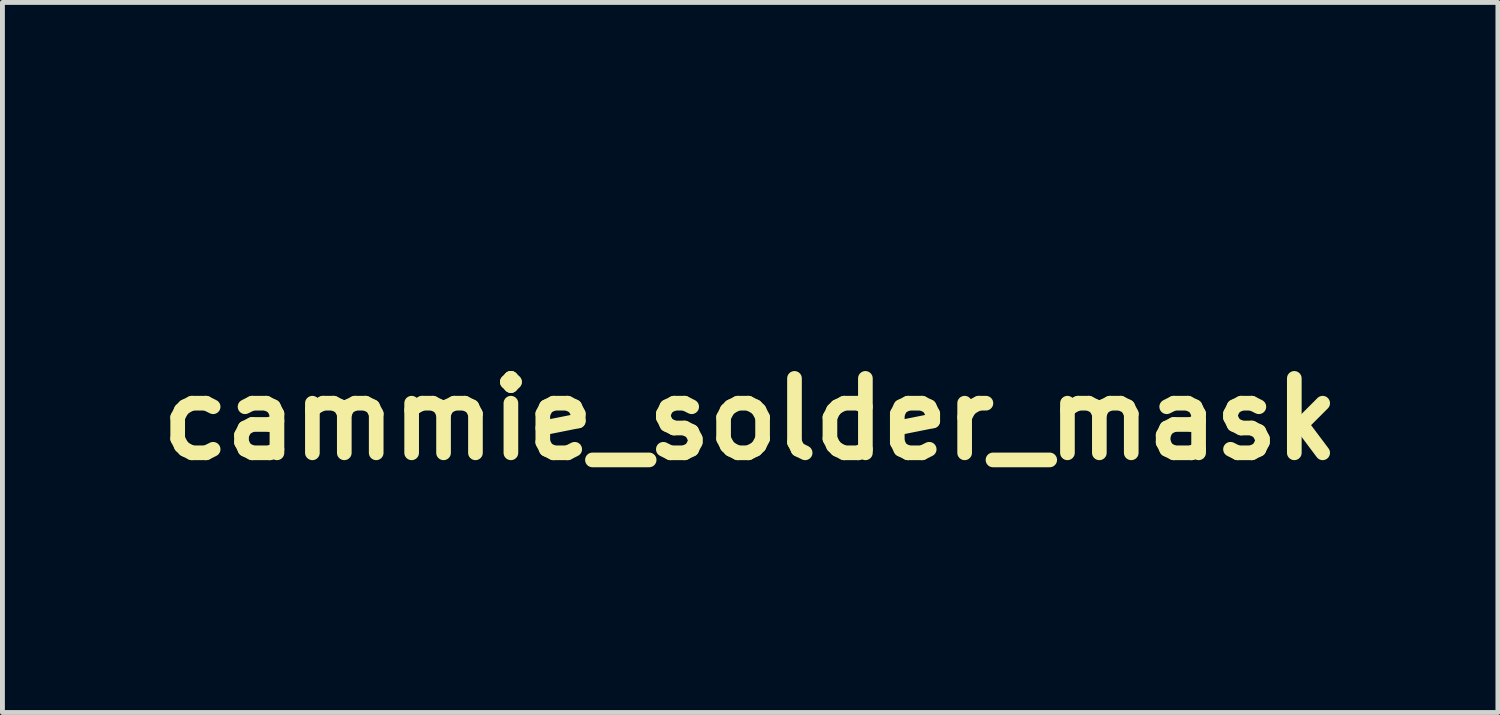
<source format=kicad_pcb>
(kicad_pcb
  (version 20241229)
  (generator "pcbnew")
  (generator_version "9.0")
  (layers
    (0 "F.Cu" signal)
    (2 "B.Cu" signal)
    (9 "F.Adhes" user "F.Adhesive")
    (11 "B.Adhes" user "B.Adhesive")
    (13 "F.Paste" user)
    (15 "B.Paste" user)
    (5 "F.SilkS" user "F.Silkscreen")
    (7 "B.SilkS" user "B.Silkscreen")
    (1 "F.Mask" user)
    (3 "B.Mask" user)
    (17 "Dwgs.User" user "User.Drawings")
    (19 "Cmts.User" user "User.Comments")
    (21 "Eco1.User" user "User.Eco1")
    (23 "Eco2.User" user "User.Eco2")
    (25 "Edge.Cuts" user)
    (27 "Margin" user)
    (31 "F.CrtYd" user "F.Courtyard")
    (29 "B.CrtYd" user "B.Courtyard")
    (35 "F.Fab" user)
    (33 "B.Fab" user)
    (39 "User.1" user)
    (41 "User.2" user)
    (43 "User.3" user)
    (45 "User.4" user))
  (footprint "cammie_solder_mask"
    (layer "F.Cu")
    (at 12.308 5.531)
    (property "Reference" "cammie_solder_mask" (at 0 0 0) (layer "F.SilkS") (effects (font (size 1.524 1.524) (thickness 0.3))))
    (attr through_hole)
    (fp_poly (pts (xy -1.079 -0.945) (xy -1.087 -0.937) (xy -1.095 -0.945) (xy -1.087 -0.953) (xy -1.079 -0.945)) (stroke (width 0.01) (type solid)) (fill yes) (layer "F.Mask"))
    (fp_poly (pts (xy -0.619 -1.214) (xy -0.627 -1.206) (xy -0.635 -1.214) (xy -0.627 -1.222) (xy -0.619 -1.214)) (stroke (width 0.01) (type solid)) (fill yes) (layer "F.Mask"))
    (fp_poly (pts (xy -1.879 -0.503) (xy -1.877 -0.484) (xy -1.879 -0.482) (xy -1.888 -0.484) (xy -1.889 -0.492) (xy -1.883 -0.505) (xy -1.879 -0.503)) (stroke (width 0.01) (type solid)) (fill yes) (layer "F.Mask"))
    (fp_poly (pts (xy -1.863 -0.439) (xy -1.861 -0.42) (xy -1.863 -0.418) (xy -1.872 -0.42) (xy -1.873 -0.429) (xy -1.867 -0.442) (xy -1.863 -0.439)) (stroke (width 0.01) (type solid)) (fill yes) (layer "F.Mask"))
    (fp_poly (pts (xy -1.853 2.99) (xy -1.851 2.996) (xy -1.873 2.998) (xy -1.896 2.995) (xy -1.893 2.99) (xy -1.861 2.988) (xy -1.853 2.99)) (stroke (width 0.01) (type solid)) (fill yes) (layer "F.Mask"))
    (fp_poly (pts (xy -1.132 -1.09) (xy -1.131 -1.071) (xy -1.132 -1.069) (xy -1.142 -1.071) (xy -1.143 -1.079) (xy -1.137 -1.093) (xy -1.132 -1.09)) (stroke (width 0.01) (type solid)) (fill yes) (layer "F.Mask"))
    (fp_poly (pts (xy -0.866 -4.118) (xy -0.844 -4.105) (xy -0.847 -4.097) (xy -0.856 -4.096) (xy -0.878 -4.107) (xy -0.881 -4.111) (xy -0.878 -4.12) (xy -0.866 -4.118)) (stroke (width 0.01) (type solid)) (fill yes) (layer "F.Mask"))
    (fp_poly (pts (xy -0.22 -2.196) (xy -0.206 -2.183) (xy -0.193 -2.162) (xy -0.202 -2.163) (xy -0.231 -2.182) (xy -0.248 -2.2) (xy -0.244 -2.206) (xy -0.22 -2.196)) (stroke (width 0.01) (type solid)) (fill yes) (layer "F.Mask"))
    (fp_poly (pts (xy -2.414 -1.497) (xy -2.413 -1.492) (xy -2.418 -1.477) (xy -2.42 -1.476) (xy -2.434 -1.488) (xy -2.437 -1.492) (xy -2.436 -1.507) (xy -2.43 -1.508) (xy -2.414 -1.497)) (stroke (width 0.01) (type solid)) (fill yes) (layer "F.Mask"))
    (fp_poly (pts (xy -2.125 -0.75) (xy -2.103 -0.73) (xy -2.085 -0.704) (xy -2.082 -0.69) (xy -2.097 -0.695) (xy -2.119 -0.714) (xy -2.138 -0.74) (xy -2.14 -0.754) (xy -2.125 -0.75)) (stroke (width 0.01) (type solid)) (fill yes) (layer "F.Mask"))
    (fp_poly (pts (xy -2.002 -2.795) (xy -1.998 -2.789) (xy -1.988 -2.762) (xy -1.992 -2.75) (xy -2.006 -2.757) (xy -2.015 -2.781) (xy -2.016 -2.793) (xy -2.013 -2.807) (xy -2.002 -2.795)) (stroke (width 0.01) (type solid)) (fill yes) (layer "F.Mask"))
    (fp_poly (pts (xy -1.141 -2.067) (xy -1.134 -2.062) (xy -1.141 -2.052) (xy -1.166 -2.048) (xy -1.196 -2.05) (xy -1.206 -2.054) (xy -1.194 -2.064) (xy -1.166 -2.069) (xy -1.141 -2.067)) (stroke (width 0.01) (type solid)) (fill yes) (layer "F.Mask"))
    (fp_poly (pts (xy -1.085 -0.856) (xy -1.084 -0.853) (xy -1.082 -0.818) (xy -1.085 -0.805) (xy -1.09 -0.805) (xy -1.092 -0.83) (xy -1.092 -0.833) (xy -1.09 -0.858) (xy -1.085 -0.856)) (stroke (width 0.01) (type solid)) (fill yes) (layer "F.Mask"))
    (fp_poly (pts (xy -0.968 -0.675) (xy -0.953 -0.66) (xy -0.953 -0.658) (xy -0.965 -0.651) (xy -0.968 -0.651) (xy -0.984 -0.663) (xy -0.984 -0.668) (xy -0.975 -0.677) (xy -0.968 -0.675)) (stroke (width 0.01) (type solid)) (fill yes) (layer "F.Mask"))
    (fp_poly (pts (xy -0.045 -1.908) (xy -0.033 -1.888) (xy -0.034 -1.881) (xy -0.051 -1.882) (xy -0.053 -1.884) (xy -0.063 -1.908) (xy -0.064 -1.911) (xy -0.055 -1.917) (xy -0.045 -1.908)) (stroke (width 0.01) (type solid)) (fill yes) (layer "F.Mask"))
    (fp_poly (pts (xy 0.619 1.291) (xy 0.619 1.298) (xy 0.615 1.329) (xy 0.604 1.33) (xy 0.597 1.321) (xy 0.598 1.298) (xy 0.604 1.285) (xy 0.615 1.274) (xy 0.619 1.291)) (stroke (width 0.01) (type solid)) (fill yes) (layer "F.Mask"))
    (fp_poly (pts (xy -0.951 -4.164) (xy -0.937 -4.151) (xy -0.923 -4.133) (xy -0.929 -4.131) (xy -0.959 -4.146) (xy -0.968 -4.151) (xy -0.992 -4.168) (xy -0.986 -4.174) (xy -0.982 -4.175) (xy -0.951 -4.164)) (stroke (width 0.01) (type solid)) (fill yes) (layer "F.Mask"))
    (fp_poly (pts (xy 0.599 -1.575) (xy 0.616 -1.547) (xy 0.629 -1.516) (xy 0.63 -1.498) (xy 0.63 -1.498) (xy 0.618 -1.505) (xy 0.598 -1.53) (xy 0.597 -1.531) (xy 0.576 -1.567) (xy 0.574 -1.584) (xy 0.585 -1.587) (xy 0.599 -1.575)) (stroke (width 0.01) (type solid)) (fill yes) (layer "F.Mask"))
    (fp_poly (pts (xy -1.051 -0.876) (xy -1.038 -0.851) (xy -1.033 -0.84) (xy -1.014 -0.792) (xy -0.997 -0.752) (xy -0.996 -0.75) (xy -0.986 -0.72) (xy -0.987 -0.706) (xy -0.998 -0.714) (xy -1.015 -0.745) (xy -1.031 -0.779) (xy -1.049 -0.826) (xy -1.059 -0.863) (xy -1.06 -0.877) (xy -1.051 -0.876)) (stroke (width 0.01) (type solid)) (fill yes) (layer "F.Mask"))
    (fp_poly (pts (xy 1.261 -3.123) (xy 1.286 -3.079) (xy 1.291 -3.069) (xy 1.325 -2.996) (xy 1.342 -2.947) (xy 1.342 -2.923) (xy 1.337 -2.921) (xy 1.325 -2.935) (xy 1.305 -2.971) (xy 1.283 -3.021) (xy 1.281 -3.027) (xy 1.258 -3.089) (xy 1.247 -3.126) (xy 1.249 -3.138) (xy 1.261 -3.123)) (stroke (width 0.01) (type solid)) (fill yes) (layer "F.Mask"))
    (fp_poly (pts (xy -1.97 -0.658) (xy -1.943 -0.63) (xy -1.917 -0.597) (xy -1.896 -0.567) (xy -1.889 -0.548) (xy -1.893 -0.526) (xy -1.905 -0.534) (xy -1.924 -0.572) (xy -1.928 -0.58) (xy -1.949 -0.619) (xy -1.972 -0.643) (xy -1.976 -0.645) (xy -1.997 -0.663) (xy -2 -0.672) (xy -1.991 -0.674) (xy -1.97 -0.658)) (stroke (width 0.01) (type solid)) (fill yes) (layer "F.Mask"))
    (fp_poly (pts (xy 1.495 -2.818) (xy 1.5 -2.808) (xy 1.529 -2.723) (xy 1.548 -2.664) (xy 1.555 -2.626) (xy 1.552 -2.608) (xy 1.543 -2.603) (xy 1.533 -2.618) (xy 1.519 -2.655) (xy 1.503 -2.707) (xy 1.503 -2.708) (xy 1.49 -2.762) (xy 1.483 -2.803) (xy 1.483 -2.822) (xy 1.483 -2.822) (xy 1.495 -2.818)) (stroke (width 0.01) (type solid)) (fill yes) (layer "F.Mask"))
    (fp_poly (pts (xy -0.328 -2.256) (xy -0.292 -2.247) (xy -0.283 -2.242) (xy -0.281 -2.232) (xy -0.304 -2.23) (xy -0.351 -2.233) (xy -0.434 -2.233) (xy -0.538 -2.217) (xy -0.577 -2.208) (xy -0.667 -2.188) (xy -0.728 -2.177) (xy -0.758 -2.176) (xy -0.759 -2.183) (xy -0.738 -2.192) (xy -0.693 -2.204) (xy -0.633 -2.217) (xy -0.564 -2.231) (xy -0.495 -2.243) (xy -0.433 -2.253) (xy -0.386 -2.258) (xy -0.377 -2.258) (xy -0.328 -2.256)) (stroke (width 0.01) (type solid)) (fill yes) (layer "F.Mask"))
    (fp_poly (pts (xy -2.246 -0.252) (xy -2.216 -0.216) (xy -2.167 -0.192) (xy -2.096 -0.179) (xy -1.999 -0.175) (xy -1.998 -0.175) (xy -1.94 -0.173) (xy -1.896 -0.168) (xy -1.874 -0.161) (xy -1.873 -0.16) (xy -1.886 -0.14) (xy -1.918 -0.111) (xy -1.963 -0.079) (xy -2.011 -0.05) (xy -2.024 -0.044) (xy -2.081 -0.018) (xy -2.119 -0.008) (xy -2.147 -0.015) (xy -2.17 -0.036) (xy -2.208 -0.086) (xy -2.24 -0.148) (xy -2.263 -0.208) (xy -2.269 -0.249) (xy -2.269 -0.294) (xy -2.246 -0.252)) (stroke (width 0.01) (type solid)) (fill yes) (layer "F.Mask"))
    (fp_poly (pts (xy -3.951 -5.521) (xy -3.94 -5.51) (xy -3.958 -5.494) (xy -3.997 -5.478) (xy -4.062 -5.453) (xy -4.139 -5.418) (xy -4.224 -5.377) (xy -4.307 -5.333) (xy -4.384 -5.29) (xy -4.448 -5.252) (xy -4.491 -5.222) (xy -4.501 -5.213) (xy -4.534 -5.181) (xy -4.55 -5.17) (xy -4.556 -5.178) (xy -4.556 -5.198) (xy -4.549 -5.226) (xy -4.526 -5.255) (xy -4.485 -5.289) (xy -4.422 -5.33) (xy -4.335 -5.378) (xy -4.238 -5.429) (xy -4.134 -5.479) (xy -4.056 -5.511) (xy -4.003 -5.524) (xy -3.994 -5.524) (xy -3.951 -5.521)) (stroke (width 0.01) (type solid)) (fill yes) (layer "F.Mask"))
    (fp_poly (pts (xy -0.359 -2.144) (xy -0.329 -2.137) (xy -0.26 -2.109) (xy -0.194 -2.067) (xy -0.139 -2.021) (xy -0.11 -1.983) (xy -0.099 -1.958) (xy -0.106 -1.957) (xy -0.132 -1.981) (xy -0.144 -1.994) (xy -0.182 -2.027) (xy -0.232 -2.063) (xy -0.252 -2.076) (xy -0.287 -2.095) (xy -0.318 -2.106) (xy -0.356 -2.113) (xy -0.409 -2.115) (xy -0.484 -2.114) (xy -0.488 -2.114) (xy -0.566 -2.114) (xy -0.617 -2.118) (xy -0.64 -2.124) (xy -0.634 -2.132) (xy -0.598 -2.141) (xy -0.531 -2.149) (xy -0.524 -2.15) (xy -0.434 -2.154) (xy -0.359 -2.144)) (stroke (width 0.01) (type solid)) (fill yes) (layer "F.Mask"))
    (fp_poly (pts (xy -2.216 -0.736) (xy -2.184 -0.714) (xy -2.162 -0.694) (xy -2.12 -0.659) (xy -2.081 -0.634) (xy -2.067 -0.627) (xy -2.034 -0.603) (xy -2 -0.55) (xy -1.992 -0.534) (xy -1.962 -0.475) (xy -1.923 -0.407) (xy -1.896 -0.363) (xy -1.859 -0.3) (xy -1.843 -0.26) (xy -1.85 -0.24) (xy -1.879 -0.239) (xy -1.932 -0.255) (xy -1.937 -0.256) (xy -1.995 -0.276) (xy -2.051 -0.292) (xy -2.077 -0.297) (xy -2.118 -0.311) (xy -2.145 -0.341) (xy -2.153 -0.36) (xy -2.178 -0.4) (xy -2.203 -0.408) (xy -2.093 -0.408) (xy -2.091 -0.369) (xy -2.075 -0.341) (xy -2.052 -0.331) (xy -2.028 -0.343) (xy -2.024 -0.349) (xy -2.028 -0.369) (xy -2.049 -0.398) (xy -2.051 -0.4) (xy -2.076 -0.423) (xy -2.088 -0.424) (xy -2.093 -0.408) (xy -2.203 -0.408) (xy -2.206 -0.408) (xy -2.232 -0.387) (xy -2.249 -0.349) (xy -2.262 -0.317) (xy -2.268 -0.314) (xy -2.269 -0.33) (xy -2.264 -0.369) (xy -2.249 -0.416) (xy -2.246 -0.423) (xy -2.233 -0.463) (xy -2.232 -0.496) (xy -2.243 -0.54) (xy -2.247 -0.551) (xy -2.26 -0.609) (xy -2.261 -0.667) (xy -2.253 -0.714) (xy -2.235 -0.74) (xy -2.216 -0.736)) (stroke (width 0.01) (type solid)) (fill yes) (layer "F.Mask"))
    (fp_poly (pts (xy -0.783 -2.104) (xy -0.782 -2.092) (xy -0.785 -2.081) (xy -0.783 -2.055) (xy -0.756 -2.028) (xy -0.743 -2.018) (xy -0.712 -1.996) (xy -0.708 -1.987) (xy -0.731 -1.988) (xy -0.783 -2.001) (xy -0.836 -2.007) (xy -0.878 -1.99) (xy -0.915 -1.945) (xy -0.93 -1.918) (xy -0.949 -1.875) (xy -0.946 -1.852) (xy -0.918 -1.841) (xy -0.893 -1.838) (xy -0.833 -1.834) (xy -0.905 -1.808) (xy -0.947 -1.791) (xy -0.972 -1.775) (xy -0.976 -1.769) (xy -0.962 -1.762) (xy -0.923 -1.756) (xy -0.868 -1.752) (xy -0.852 -1.751) (xy -0.721 -1.734) (xy -0.607 -1.692) (xy -0.506 -1.622) (xy -0.465 -1.592) (xy -0.438 -1.586) (xy -0.434 -1.588) (xy -0.409 -1.592) (xy -0.389 -1.581) (xy -0.369 -1.56) (xy -0.375 -1.539) (xy -0.377 -1.536) (xy -0.388 -1.51) (xy -0.37 -1.495) (xy -0.347 -1.492) (xy -0.322 -1.485) (xy -0.318 -1.476) (xy -0.331 -1.464) (xy -0.351 -1.46) (xy -0.375 -1.454) (xy -0.375 -1.437) (xy -0.375 -1.416) (xy -0.381 -1.413) (xy -0.397 -1.4) (xy -0.415 -1.367) (xy -0.419 -1.358) (xy -0.46 -1.302) (xy -0.506 -1.271) (xy -0.556 -1.247) (xy -0.58 -1.24) (xy -0.582 -1.248) (xy -0.571 -1.262) (xy -0.562 -1.276) (xy -0.571 -1.277) (xy -0.604 -1.264) (xy -0.609 -1.262) (xy -0.66 -1.246) (xy -0.71 -1.238) (xy -0.714 -1.238) (xy -0.748 -1.234) (xy -0.762 -1.223) (xy -0.762 -1.222) (xy -0.749 -1.209) (xy -0.73 -1.206) (xy -0.704 -1.2) (xy -0.699 -1.191) (xy -0.702 -1.179) (xy -0.718 -1.177) (xy -0.752 -1.187) (xy -0.78 -1.197) (xy -0.856 -1.23) (xy -0.939 -1.278) (xy -1.014 -1.329) (xy -1.03 -1.343) (xy -1.065 -1.38) (xy -1.069 -1.393) (xy -0.943 -1.393) (xy -0.931 -1.374) (xy -0.925 -1.369) (xy -0.891 -1.354) (xy -0.852 -1.35) (xy -0.824 -1.357) (xy -0.82 -1.362) (xy -0.821 -1.387) (xy -0.85 -1.415) (xy -0.87 -1.428) (xy -0.901 -1.439) (xy -0.922 -1.427) (xy -0.929 -1.418) (xy -0.943 -1.393) (xy -1.069 -1.393) (xy -1.079 -1.422) (xy -1.079 -1.427) (xy -0.984 -1.427) (xy -0.974 -1.418) (xy -0.968 -1.421) (xy -0.953 -1.442) (xy -0.953 -1.446) (xy -0.962 -1.455) (xy -0.968 -1.453) (xy -0.984 -1.432) (xy -0.984 -1.427) (xy -1.079 -1.427) (xy -1.079 -1.444) (xy -1.084 -1.496) (xy -1.097 -1.557) (xy -1.097 -1.558) (xy -0.824 -1.558) (xy -0.81 -1.517) (xy -0.808 -1.514) (xy -0.782 -1.499) (xy -0.738 -1.499) (xy -0.728 -1.501) (xy -0.688 -1.506) (xy -0.671 -1.499) (xy -0.667 -1.477) (xy -0.667 -1.467) (xy -0.677 -1.429) (xy -0.709 -1.385) (xy -0.738 -1.355) (xy -0.776 -1.316) (xy -0.789 -1.294) (xy -0.776 -1.288) (xy -0.737 -1.297) (xy -0.695 -1.311) (xy -0.616 -1.347) (xy -0.564 -1.393) (xy -0.541 -1.446) (xy -0.54 -1.461) (xy -0.552 -1.525) (xy -0.582 -1.586) (xy -0.611 -1.619) (xy -0.634 -1.633) (xy -0.649 -1.622) (xy -0.651 -1.619) (xy -0.665 -1.607) (xy -0.686 -1.616) (xy -0.699 -1.627) (xy -0.726 -1.647) (xy -0.75 -1.647) (xy -0.775 -1.634) (xy -0.811 -1.6) (xy -0.824 -1.558) (xy -1.097 -1.558) (xy -1.103 -1.581) (xy -1.123 -1.669) (xy -1.123 -1.74) (xy -1.103 -1.8) (xy -1.087 -1.836) (xy -1.08 -1.862) (xy -1.079 -1.862) (xy -1.069 -1.884) (xy -1.044 -1.916) (xy -1.038 -1.922) (xy -1.009 -1.967) (xy -1.01 -2.007) (xy -1.041 -2.038) (xy -1.051 -2.043) (xy -1.063 -2.051) (xy -1.056 -2.059) (xy -1.026 -2.069) (xy -0.97 -2.081) (xy -0.952 -2.085) (xy -0.875 -2.1) (xy -0.825 -2.108) (xy -0.796 -2.109) (xy -0.783 -2.104)) (stroke (width 0.01) (type solid)) (fill yes) (layer "F.Mask"))
    (fp_poly (pts (xy -2.113 -2.775) (xy -2.098 -2.749) (xy -2.081 -2.739) (xy -2.043 -2.717) (xy -2.019 -2.675) (xy -2.01 -2.643) (xy -2 -2.596) (xy -2.045 -2.647) (xy -2.075 -2.679) (xy -2.096 -2.697) (xy -2.1 -2.699) (xy -2.11 -2.683) (xy -2.119 -2.636) (xy -2.126 -2.558) (xy -2.131 -2.45) (xy -2.133 -2.377) (xy -2.131 -2.332) (xy -2.124 -2.313) (xy -2.119 -2.312) (xy -2.099 -2.305) (xy -2.07 -2.279) (xy -2.057 -2.263) (xy -2.022 -2.223) (xy -1.997 -2.207) (xy -1.985 -2.217) (xy -1.984 -2.225) (xy -1.994 -2.25) (xy -2.012 -2.276) (xy -2.031 -2.298) (xy -2.028 -2.302) (xy -2.012 -2.297) (xy -1.997 -2.295) (xy -1.988 -2.307) (xy -1.984 -2.34) (xy -1.983 -2.386) (xy -1.982 -2.439) (xy -1.98 -2.464) (xy -1.974 -2.464) (xy -1.964 -2.445) (xy -1.96 -2.437) (xy -1.945 -2.411) (xy -1.937 -2.41) (xy -1.937 -2.413) (xy -1.932 -2.424) (xy -1.918 -2.407) (xy -1.917 -2.405) (xy -1.908 -2.373) (xy -1.902 -2.313) (xy -1.899 -2.227) (xy -1.898 -2.167) (xy -1.899 -2.075) (xy -1.903 -2.007) (xy -1.909 -1.958) (xy -1.919 -1.92) (xy -1.928 -1.897) (xy -1.947 -1.86) (xy -1.959 -1.852) (xy -1.964 -1.862) (xy -1.972 -1.874) (xy -1.985 -1.861) (xy -2.001 -1.831) (xy -2.017 -1.794) (xy -2.023 -1.768) (xy -2.018 -1.758) (xy -2.004 -1.772) (xy -2 -1.778) (xy -1.987 -1.79) (xy -1.985 -1.785) (xy -1.995 -1.753) (xy -2.025 -1.704) (xy -2.071 -1.642) (xy -2.13 -1.57) (xy -2.198 -1.495) (xy -2.215 -1.478) (xy -2.267 -1.421) (xy -2.31 -1.37) (xy -2.339 -1.331) (xy -2.349 -1.308) (xy -2.338 -1.273) (xy -2.313 -1.238) (xy -2.282 -1.21) (xy -2.253 -1.199) (xy -2.247 -1.2) (xy -2.23 -1.201) (xy -2.232 -1.184) (xy -2.233 -1.166) (xy -2.216 -1.168) (xy -2.18 -1.171) (xy -2.163 -1.166) (xy -2.129 -1.158) (xy -2.082 -1.151) (xy -2.072 -1.151) (xy -2.015 -1.142) (xy -1.954 -1.124) (xy -1.941 -1.119) (xy -1.899 -1.1) (xy -1.879 -1.08) (xy -1.874 -1.049) (xy -1.873 -1.034) (xy -1.877 -0.997) (xy -1.892 -0.97) (xy -1.927 -0.943) (xy -1.941 -0.934) (xy -1.999 -0.9) (xy -2.058 -0.868) (xy -2.109 -0.843) (xy -2.146 -0.828) (xy -2.156 -0.826) (xy -2.178 -0.836) (xy -2.188 -0.846) (xy -2.201 -0.873) (xy -2.209 -0.897) (xy -2.191 -0.897) (xy -2.183 -0.889) (xy -2.175 -0.897) (xy -2.183 -0.905) (xy -2.191 -0.897) (xy -2.209 -0.897) (xy -2.216 -0.918) (xy -2.222 -0.943) (xy -2.246 -1.01) (xy -2.279 -1.051) (xy -2.332 -1.111) (xy -2.367 -1.191) (xy -2.383 -1.283) (xy -2.383 -1.331) (xy -2.372 -1.349) (xy -2.342 -1.385) (xy -2.298 -1.435) (xy -2.243 -1.495) (xy -2.206 -1.533) (xy -2.147 -1.596) (xy -2.097 -1.651) (xy -2.061 -1.694) (xy -2.041 -1.722) (xy -2.039 -1.729) (xy -2.057 -1.745) (xy -2.092 -1.769) (xy -2.104 -1.776) (xy -2.136 -1.793) (xy -2.152 -1.797) (xy -2.151 -1.794) (xy -2.147 -1.779) (xy -2.165 -1.785) (xy -2.203 -1.81) (xy -2.205 -1.811) (xy -2.237 -1.843) (xy -2.243 -1.876) (xy -2.242 -1.882) (xy -2.241 -1.895) (xy -2.122 -1.895) (xy -2.119 -1.889) (xy -2.105 -1.874) (xy -2.103 -1.873) (xy -2.096 -1.886) (xy -2.095 -1.889) (xy -2.108 -1.904) (xy -2.112 -1.905) (xy -2.122 -1.895) (xy -2.241 -1.895) (xy -2.239 -1.915) (xy -2.247 -1.917) (xy -2.266 -1.891) (xy -2.297 -1.835) (xy -2.327 -1.774) (xy -2.359 -1.71) (xy -2.378 -1.675) (xy -2.386 -1.668) (xy -2.381 -1.688) (xy -2.364 -1.736) (xy -2.336 -1.809) (xy -2.315 -1.861) (xy -2.288 -1.932) (xy -2.264 -1.998) (xy -2.264 -1.999) (xy -2.04 -1.999) (xy -2.021 -1.964) (xy -1.989 -1.953) (xy -1.974 -1.959) (xy -1.972 -1.984) (xy -1.976 -2.012) (xy -1.991 -2.068) (xy -2.007 -2.095) (xy -2.023 -2.093) (xy -2.037 -2.06) (xy -2.04 -2.047) (xy -2.04 -1.999) (xy -2.264 -1.999) (xy -2.248 -2.05) (xy -2.243 -2.071) (xy -2.234 -2.108) (xy -2.222 -2.127) (xy -2.219 -2.127) (xy -2.213 -2.137) (xy -2.216 -2.146) (xy -2.217 -2.158) (xy -2.204 -2.155) (xy -2.19 -2.153) (xy -2.188 -2.165) (xy -2.198 -2.199) (xy -2.202 -2.212) (xy -2.215 -2.259) (xy -2.211 -2.281) (xy -2.208 -2.283) (xy -2.193 -2.301) (xy -2.191 -2.318) (xy -2.183 -2.348) (xy -2.175 -2.357) (xy -2.169 -2.376) (xy -2.164 -2.42) (xy -2.161 -2.482) (xy -2.161 -2.529) (xy -2.159 -2.628) (xy -2.151 -2.699) (xy -2.138 -2.747) (xy -2.123 -2.775) (xy -2.114 -2.78) (xy -2.113 -2.775)) (stroke (width 0.01) (type solid)) (fill yes) (layer "F.Mask"))
    (fp_poly (pts (xy -3.431 -5.521) (xy -3.076 -5.517) (xy -3.229 -5.391) (xy -3.287 -5.342) (xy -3.335 -5.3) (xy -3.368 -5.269) (xy -3.381 -5.254) (xy -3.381 -5.254) (xy -3.391 -5.236) (xy -3.415 -5.203) (xy -3.445 -5.165) (xy -3.478 -5.123) (xy -3.497 -5.09) (xy -3.506 -5.054) (xy -3.508 -5.002) (xy -3.508 -4.974) (xy -3.506 -4.892) (xy -3.498 -4.836) (xy -3.482 -4.803) (xy -3.456 -4.787) (xy -3.426 -4.785) (xy -3.388 -4.79) (xy -3.372 -4.809) (xy -3.368 -4.824) (xy -3.363 -4.861) (xy -3.339 -4.828) (xy -3.312 -4.801) (xy -3.286 -4.796) (xy -3.27 -4.813) (xy -3.269 -4.822) (xy -3.265 -4.837) (xy -3.26 -4.83) (xy -3.24 -4.815) (xy -3.208 -4.81) (xy -3.177 -4.814) (xy -3.169 -4.831) (xy -3.171 -4.85) (xy -3.171 -4.881) (xy -3.155 -4.887) (xy -3.13 -4.867) (xy -3.121 -4.855) (xy -3.096 -4.82) (xy -2.838 -4.856) (xy -2.737 -4.872) (xy -2.634 -4.889) (xy -2.539 -4.907) (xy -2.461 -4.923) (xy -2.437 -4.929) (xy -2.372 -4.949) (xy -2.282 -4.983) (xy -2.174 -5.027) (xy -2.049 -5.08) (xy -1.914 -5.141) (xy -1.772 -5.207) (xy -1.627 -5.276) (xy -1.484 -5.347) (xy -1.368 -5.406) (xy -1.141 -5.524) (xy -0.502 -5.524) (xy 0.136 -5.525) (xy 0.139 -5.428) (xy 0.147 -5.351) (xy 0.165 -5.295) (xy 0.193 -5.264) (xy 0.224 -5.26) (xy 0.253 -5.259) (xy 0.264 -5.251) (xy 0.279 -5.247) (xy 0.289 -5.257) (xy 0.304 -5.269) (xy 0.312 -5.259) (xy 0.328 -5.246) (xy 0.347 -5.253) (xy 0.356 -5.274) (xy 0.354 -5.284) (xy 0.35 -5.301) (xy 0.364 -5.292) (xy 0.366 -5.29) (xy 0.391 -5.275) (xy 0.422 -5.273) (xy 0.468 -5.287) (xy 0.52 -5.31) (xy 0.567 -5.333) (xy 0.592 -5.352) (xy 0.602 -5.376) (xy 0.603 -5.411) (xy 0.603 -5.449) (xy 0.606 -5.478) (xy 0.615 -5.498) (xy 0.635 -5.511) (xy 0.67 -5.519) (xy 0.724 -5.523) (xy 0.8 -5.524) (xy 0.903 -5.525) (xy 0.93 -5.524) (xy 1.238 -5.524) (xy 1.256 -5.453) (xy 1.277 -5.4) (xy 1.309 -5.373) (xy 1.356 -5.37) (xy 1.423 -5.39) (xy 1.427 -5.392) (xy 1.476 -5.417) (xy 1.503 -5.445) (xy 1.515 -5.473) (xy 1.531 -5.524) (xy 2.194 -5.524) (xy 2.336 -5.524) (xy 2.467 -5.524) (xy 2.585 -5.523) (xy 2.685 -5.522) (xy 2.766 -5.52) (xy 2.823 -5.519) (xy 2.853 -5.517) (xy 2.857 -5.516) (xy 2.851 -5.498) (xy 2.834 -5.461) (xy 2.816 -5.425) (xy 2.747 -5.307) (xy 2.66 -5.187) (xy 2.565 -5.081) (xy 2.553 -5.069) (xy 2.516 -5.035) (xy 2.484 -5.009) (xy 2.448 -4.989) (xy 2.402 -4.97) (xy 2.338 -4.95) (xy 2.271 -4.93) (xy 2.146 -4.898) (xy 2.045 -4.879) (xy 1.976 -4.874) (xy 1.922 -4.872) (xy 1.889 -4.866) (xy 1.869 -4.851) (xy 1.853 -4.828) (xy 1.802 -4.763) (xy 1.725 -4.696) (xy 1.628 -4.63) (xy 1.518 -4.571) (xy 1.399 -4.52) (xy 1.384 -4.515) (xy 1.248 -4.483) (xy 1.103 -4.478) (xy 0.953 -4.497) (xy 0.804 -4.541) (xy 0.662 -4.607) (xy 0.532 -4.694) (xy 0.48 -4.738) (xy 0.432 -4.779) (xy 0.389 -4.81) (xy 0.359 -4.825) (xy 0.354 -4.826) (xy 0.322 -4.821) (xy 0.27 -4.809) (xy 0.206 -4.792) (xy 0.142 -4.772) (xy 0.085 -4.753) (xy 0.046 -4.738) (xy 0.04 -4.735) (xy 0.029 -4.726) (xy 0.031 -4.715) (xy 0.052 -4.699) (xy 0.095 -4.676) (xy 0.151 -4.648) (xy 0.215 -4.615) (xy 0.298 -4.572) (xy 0.391 -4.521) (xy 0.486 -4.469) (xy 0.54 -4.439) (xy 0.625 -4.392) (xy 0.731 -4.335) (xy 0.851 -4.272) (xy 0.977 -4.207) (xy 1.102 -4.144) (xy 1.175 -4.108) (xy 1.325 -4.032) (xy 1.451 -3.965) (xy 1.556 -3.904) (xy 1.646 -3.844) (xy 1.724 -3.784) (xy 1.796 -3.72) (xy 1.866 -3.648) (xy 1.93 -3.575) (xy 1.965 -3.533) (xy 1.996 -3.492) (xy 2.026 -3.449) (xy 2.055 -3.399) (xy 2.087 -3.339) (xy 2.123 -3.265) (xy 2.166 -3.172) (xy 2.217 -3.057) (xy 2.263 -2.953) (xy 2.309 -2.851) (xy 2.356 -2.745) (xy 2.402 -2.644) (xy 2.443 -2.558) (xy 2.466 -2.508) (xy 2.501 -2.435) (xy 2.524 -2.381) (xy 2.537 -2.336) (xy 2.544 -2.293) (xy 2.547 -2.241) (xy 2.547 -2.207) (xy 2.537 -2.076) (xy 2.506 -1.959) (xy 2.45 -1.851) (xy 2.369 -1.75) (xy 2.26 -1.653) (xy 2.121 -1.557) (xy 2.106 -1.548) (xy 2.028 -1.5) (xy 1.974 -1.312) (xy 1.943 -1.21) (xy 1.907 -1.109) (xy 1.869 -1.015) (xy 1.831 -0.934) (xy 1.797 -0.872) (xy 1.771 -0.836) (xy 1.753 -0.813) (xy 1.75 -0.787) (xy 1.761 -0.745) (xy 1.776 -0.706) (xy 1.792 -0.684) (xy 1.796 -0.683) (xy 1.827 -0.692) (xy 1.873 -0.718) (xy 1.928 -0.754) (xy 1.984 -0.796) (xy 2.033 -0.838) (xy 2.061 -0.866) (xy 2.098 -0.915) (xy 2.125 -0.964) (xy 2.134 -0.991) (xy 2.147 -1.041) (xy 2.173 -1.114) (xy 2.208 -1.207) (xy 2.251 -1.315) (xy 2.301 -1.433) (xy 2.354 -1.557) (xy 2.41 -1.681) (xy 2.467 -1.802) (xy 2.521 -1.915) (xy 2.534 -1.94) (xy 2.578 -2.025) (xy 2.629 -2.12) (xy 2.686 -2.221) (xy 2.746 -2.324) (xy 2.806 -2.426) (xy 2.864 -2.522) (xy 2.918 -2.609) (xy 2.967 -2.684) (xy 3.006 -2.742) (xy 3.035 -2.78) (xy 3.051 -2.794) (xy 3.051 -2.794) (xy 3.065 -2.782) (xy 3.061 -2.748) (xy 3.04 -2.694) (xy 3.003 -2.625) (xy 2.974 -2.578) (xy 2.895 -2.45) (xy 2.809 -2.302) (xy 2.717 -2.14) (xy 2.624 -1.971) (xy 2.534 -1.802) (xy 2.451 -1.64) (xy 2.377 -1.491) (xy 2.316 -1.361) (xy 2.314 -1.357) (xy 2.291 -1.301) (xy 2.26 -1.221) (xy 2.222 -1.12) (xy 2.18 -1.006) (xy 2.136 -0.882) (xy 2.091 -0.754) (xy 2.048 -0.628) (xy 2.007 -0.509) (xy 1.972 -0.401) (xy 1.951 -0.333) (xy 1.924 -0.24) (xy 1.908 -0.155) (xy 1.901 -0.071) (xy 1.903 0.021) (xy 1.914 0.129) (xy 1.928 0.23) (xy 1.946 0.414) (xy 1.945 0.606) (xy 1.929 0.764) (xy 1.927 0.783) (xy 1.934 0.773) (xy 1.947 0.734) (xy 1.967 0.679) (xy 1.983 0.655) (xy 1.995 0.661) (xy 2.003 0.699) (xy 2.003 0.699) (xy 2.006 0.718) (xy 2.012 0.726) (xy 2.025 0.72) (xy 2.047 0.698) (xy 2.083 0.657) (xy 2.136 0.594) (xy 2.139 0.59) (xy 2.188 0.529) (xy 2.229 0.478) (xy 2.257 0.44) (xy 2.27 0.421) (xy 2.27 0.42) (xy 2.278 0.403) (xy 2.302 0.37) (xy 2.344 0.321) (xy 2.404 0.253) (xy 2.484 0.166) (xy 2.585 0.059) (xy 2.626 0.016) (xy 2.705 -0.069) (xy 2.782 -0.155) (xy 2.853 -0.237) (xy 2.913 -0.31) (xy 2.957 -0.367) (xy 2.965 -0.379) (xy 3.056 -0.511) (xy 3.06 0.576) (xy 3.064 1.663) (xy 3.008 1.756) (xy 2.969 1.828) (xy 2.937 1.905) (xy 2.914 1.976) (xy 2.905 2.031) (xy 2.905 2.034) (xy 2.9 2.058) (xy 2.887 2.107) (xy 2.867 2.173) (xy 2.842 2.25) (xy 2.832 2.281) (xy 2.727 2.559) (xy 2.602 2.814) (xy 2.56 2.889) (xy 2.499 2.992) (xy 1.12 2.996) (xy 0.878 2.997) (xy 0.667 2.998) (xy 0.483 2.998) (xy 0.324 2.998) (xy 0.19 2.998) (xy 0.077 2.997) (xy -0.016 2.996) (xy -0.091 2.995) (xy -0.151 2.994) (xy -0.196 2.992) (xy -0.23 2.989) (xy -0.255 2.986) (xy -0.271 2.982) (xy -0.282 2.978) (xy -0.289 2.973) (xy -0.29 2.973) (xy -0.325 2.932) (xy -0.36 2.876) (xy -0.39 2.816) (xy -0.409 2.763) (xy -0.41 2.758) (xy 0.079 2.758) (xy 0.09 2.775) (xy 0.125 2.776) (xy 0.185 2.762) (xy 0.192 2.76) (xy 0.266 2.726) (xy 0.332 2.673) (xy 0.381 2.61) (xy 0.409 2.542) (xy 0.413 2.509) (xy 0.4 2.481) (xy 0.366 2.467) (xy 0.319 2.465) (xy 0.267 2.476) (xy 0.216 2.498) (xy 0.179 2.528) (xy 0.156 2.561) (xy 0.13 2.612) (xy 0.105 2.669) (xy 0.087 2.722) (xy 0.079 2.758) (xy 0.079 2.758) (xy -0.41 2.758) (xy -0.413 2.738) (xy -0.419 2.697) (xy -0.433 2.64) (xy -0.445 2.603) (xy -0.471 2.5) (xy -0.471 2.408) (xy -0.454 2.35) (xy -0.429 2.35) (xy -0.417 2.376) (xy -0.388 2.412) (xy -0.347 2.449) (xy -0.304 2.483) (xy -0.265 2.507) (xy -0.237 2.514) (xy -0.233 2.512) (xy -0.226 2.493) (xy -0.229 2.457) (xy -0.229 2.456) (xy -0.23 2.415) (xy -0.224 2.36) (xy -0.032 2.36) (xy -0.03 2.436) (xy -0.022 2.483) (xy -0.006 2.504) (xy 0.02 2.502) (xy 0.059 2.479) (xy 0.064 2.476) (xy 0.104 2.451) (xy 0.159 2.422) (xy 0.197 2.404) (xy 0.284 2.364) (xy 0.35 2.397) (xy 0.397 2.419) (xy 0.421 2.421) (xy 0.427 2.405) (xy 0.422 2.384) (xy 0.399 2.346) (xy 0.358 2.299) (xy 0.303 2.249) (xy 0.241 2.201) (xy 0.18 2.159) (xy 0.125 2.128) (xy 0.082 2.115) (xy 0.072 2.115) (xy 0.039 2.134) (xy 0.009 2.178) (xy -0.015 2.24) (xy -0.029 2.312) (xy -0.032 2.36) (xy -0.224 2.36) (xy -0.223 2.358) (xy -0.213 2.306) (xy -0.199 2.25) (xy -0.195 2.217) (xy -0.199 2.195) (xy -0.213 2.178) (xy -0.219 2.171) (xy -0.243 2.151) (xy -0.263 2.15) (xy -0.292 2.167) (xy -0.328 2.198) (xy -0.366 2.241) (xy -0.401 2.288) (xy -0.423 2.329) (xy -0.429 2.35) (xy -0.454 2.35) (xy -0.445 2.318) (xy -0.43 2.286) (xy -0.385 2.2) (xy -0.421 2.151) (xy -0.469 2.062) (xy -0.487 1.965) (xy -0.486 1.961) (xy -0.345 1.961) (xy -0.343 1.976) (xy -0.318 1.993) (xy -0.31 1.997) (xy -0.278 2.01) (xy -0.243 2.015) (xy -0.217 2.014) (xy -0.21 2.004) (xy -0.24 1.945) (xy -0.264 1.913) (xy -0.285 1.906) (xy -0.309 1.92) (xy -0.326 1.937) (xy -0.345 1.961) (xy -0.486 1.961) (xy -0.483 1.91) (xy -0.476 1.865) (xy -0.397 1.865) (xy -0.386 1.895) (xy -0.358 1.907) (xy -0.324 1.901) (xy -0.306 1.888) (xy -0.079 1.888) (xy -0.069 1.935) (xy -0.038 1.966) (xy 0.019 1.982) (xy 0.07 1.985) (xy 0.127 1.988) (xy 0.176 1.994) (xy 0.198 2) (xy 0.234 2.013) (xy 0.255 2.006) (xy 0.274 1.975) (xy 0.275 1.972) (xy 0.304 1.894) (xy 0.306 1.829) (xy 0.279 1.776) (xy 0.255 1.752) (xy 0.215 1.735) (xy 0.159 1.725) (xy 0.1 1.724) (xy 0.051 1.732) (xy 0.037 1.739) (xy -0.015 1.781) (xy -0.056 1.829) (xy -0.077 1.873) (xy -0.079 1.888) (xy -0.306 1.888) (xy -0.291 1.877) (xy -0.278 1.858) (xy -0.262 1.813) (xy -0.256 1.776) (xy -0.172 1.776) (xy -0.171 1.793) (xy -0.147 1.788) (xy -0.102 1.76) (xy -0.049 1.722) (xy 0.011 1.681) (xy 0.057 1.659) (xy 0.098 1.654) (xy 0.143 1.665) (xy 0.17 1.675) (xy 0.208 1.689) (xy 0.232 1.692) (xy 0.235 1.691) (xy 0.23 1.676) (xy 0.213 1.649) (xy 0.31 1.649) (xy 0.387 1.804) (xy 0.424 1.88) (xy 0.447 1.939) (xy 0.461 1.988) (xy 0.467 2.039) (xy 0.468 2.063) (xy 0.475 2.129) (xy 0.487 2.192) (xy 0.498 2.229) (xy 0.518 2.266) (xy 0.546 2.309) (xy 0.578 2.351) (xy 0.607 2.385) (xy 0.627 2.402) (xy 0.633 2.403) (xy 0.631 2.387) (xy 0.62 2.352) (xy 0.613 2.334) (xy 0.585 2.24) (xy 0.562 2.12) (xy 0.548 1.979) (xy 0.54 1.823) (xy 0.54 1.764) (xy 0.541 1.68) (xy 0.544 1.606) (xy 0.548 1.548) (xy 0.554 1.514) (xy 0.556 1.508) (xy 0.564 1.506) (xy 0.569 1.532) (xy 0.571 1.586) (xy 0.571 1.611) (xy 0.581 1.749) (xy 0.613 1.885) (xy 0.663 2.007) (xy 0.67 2.019) (xy 0.699 2.064) (xy 0.722 2.08) (xy 0.739 2.067) (xy 0.752 2.033) (xy 0.767 1.999) (xy 0.782 1.984) (xy 0.793 1.992) (xy 0.794 2.004) (xy 0.801 2.003) (xy 0.82 1.979) (xy 0.841 1.945) (xy 0.888 1.865) (xy 0.889 1.921) (xy 0.89 1.976) (xy 0.926 1.932) (xy 0.966 1.877) (xy 1.014 1.797) (xy 1.068 1.698) (xy 1.125 1.587) (xy 1.183 1.468) (xy 1.238 1.347) (xy 1.289 1.231) (xy 1.331 1.123) (xy 1.358 1.048) (xy 1.379 0.987) (xy 1.398 0.939) (xy 1.412 0.912) (xy 1.416 0.908) (xy 1.427 0.889) (xy 1.429 0.879) (xy 1.435 0.851) (xy 1.451 0.803) (xy 1.474 0.741) (xy 1.5 0.673) (xy 1.528 0.608) (xy 1.552 0.552) (xy 1.572 0.514) (xy 1.58 0.502) (xy 1.595 0.481) (xy 1.596 0.474) (xy 1.597 0.456) (xy 1.607 0.419) (xy 1.623 0.371) (xy 1.642 0.324) (xy 1.66 0.286) (xy 1.669 0.271) (xy 1.686 0.237) (xy 1.695 0.193) (xy 1.705 0.145) (xy 1.724 0.09) (xy 1.731 0.075) (xy 1.75 0.031) (xy 1.761 -0.004) (xy 1.762 -0.012) (xy 1.769 -0.044) (xy 1.787 -0.093) (xy 1.813 -0.152) (xy 1.839 -0.206) (xy 1.873 -0.206) (xy 1.879 -0.193) (xy 1.884 -0.196) (xy 1.886 -0.215) (xy 1.884 -0.217) (xy 1.874 -0.215) (xy 1.873 -0.206) (xy 1.839 -0.206) (xy 1.84 -0.209) (xy 1.867 -0.257) (xy 1.887 -0.284) (xy 1.888 -0.286) (xy 1.905 -0.312) (xy 1.928 -0.365) (xy 1.954 -0.442) (xy 1.982 -0.532) (xy 2.004 -0.61) (xy 2.022 -0.677) (xy 2.036 -0.727) (xy 2.042 -0.754) (xy 2.042 -0.757) (xy 2.029 -0.75) (xy 1.992 -0.727) (xy 1.936 -0.692) (xy 1.865 -0.647) (xy 1.781 -0.594) (xy 1.717 -0.552) (xy 1.527 -0.425) (xy 1.365 -0.304) (xy 1.227 -0.185) (xy 1.11 -0.064) (xy 1.012 0.062) (xy 0.93 0.199) (xy 0.86 0.349) (xy 0.801 0.517) (xy 0.749 0.706) (xy 0.724 0.812) (xy 0.706 0.893) (xy 0.69 0.97) (xy 0.678 1.034) (xy 0.672 1.07) (xy 0.663 1.116) (xy 0.652 1.147) (xy 0.647 1.154) (xy 0.64 1.154) (xy 0.638 1.141) (xy 0.639 1.113) (xy 0.645 1.065) (xy 0.655 0.995) (xy 0.671 0.898) (xy 0.677 0.861) (xy 0.687 0.795) (xy 0.693 0.741) (xy 0.696 0.705) (xy 0.695 0.697) (xy 0.685 0.704) (xy 0.659 0.731) (xy 0.622 0.777) (xy 0.576 0.836) (xy 0.558 0.861) (xy 0.506 0.932) (xy 0.47 0.983) (xy 0.448 1.019) (xy 0.437 1.047) (xy 0.434 1.071) (xy 0.436 1.097) (xy 0.439 1.111) (xy 0.446 1.16) (xy 0.449 1.204) (xy 0.447 1.246) (xy 0.439 1.294) (xy 0.422 1.351) (xy 0.397 1.424) (xy 0.361 1.519) (xy 0.336 1.583) (xy 0.31 1.649) (xy 0.213 1.649) (xy 0.21 1.645) (xy 0.179 1.607) (xy 0.145 1.568) (xy 0.113 1.538) (xy 0.094 1.523) (xy 0.054 1.519) (xy 0.006 1.541) (xy -0.047 1.587) (xy -0.1 1.652) (xy -0.113 1.672) (xy -0.153 1.736) (xy -0.172 1.776) (xy -0.256 1.776) (xy -0.254 1.765) (xy -0.257 1.725) (xy -0.268 1.701) (xy -0.276 1.699) (xy -0.296 1.711) (xy -0.324 1.742) (xy -0.354 1.783) (xy -0.38 1.824) (xy -0.395 1.857) (xy -0.397 1.865) (xy -0.476 1.865) (xy -0.472 1.834) (xy -0.544 1.9) (xy -0.614 1.961) (xy -0.689 2.019) (xy -0.761 2.07) (xy -0.823 2.108) (xy -0.859 2.126) (xy -0.949 2.162) (xy -1.012 2.195) (xy -1.055 2.227) (xy -1.08 2.258) (xy -1.1 2.299) (xy -1.111 2.331) (xy -1.111 2.335) (xy -1.12 2.362) (xy -1.14 2.399) (xy -1.168 2.437) (xy -1.195 2.469) (xy -1.215 2.485) (xy -1.221 2.485) (xy -1.223 2.468) (xy -1.216 2.427) (xy -1.202 2.37) (xy -1.193 2.34) (xy -1.152 2.204) (xy -1.197 2.117) (xy -1.237 2.053) (xy -1.28 2.002) (xy -1.315 1.973) (xy -0.951 1.973) (xy -0.947 2.007) (xy -0.936 2.016) (xy -0.918 2.003) (xy -0.894 1.967) (xy -0.881 1.946) (xy -0.866 1.91) (xy -0.625 1.91) (xy -0.621 1.915) (xy -0.608 1.908) (xy -0.597 1.901) (xy -0.565 1.875) (xy -0.518 1.834) (xy -0.462 1.783) (xy -0.419 1.743) (xy -0.291 1.62) (xy -0.332 1.534) (xy -0.357 1.486) (xy -0.375 1.464) (xy -0.39 1.464) (xy -0.392 1.466) (xy -0.406 1.486) (xy -0.431 1.529) (xy -0.465 1.589) (xy -0.504 1.662) (xy -0.529 1.71) (xy -0.572 1.794) (xy -0.602 1.853) (xy -0.619 1.89) (xy -0.625 1.91) (xy -0.866 1.91) (xy -0.834 1.836) (xy -0.815 1.715) (xy -0.823 1.589) (xy -0.858 1.468) (xy -0.877 1.421) (xy -0.89 1.46) (xy -0.897 1.491) (xy -0.906 1.546) (xy -0.916 1.617) (xy -0.927 1.697) (xy -0.928 1.707) (xy -0.941 1.825) (xy -0.949 1.913) (xy -0.951 1.973) (xy -1.315 1.973) (xy -1.322 1.967) (xy -1.358 1.953) (xy -1.384 1.962) (xy -1.388 1.967) (xy -1.394 1.988) (xy -1.403 2.033) (xy -1.412 2.091) (xy -1.414 2.106) (xy -1.426 2.17) (xy -1.439 2.225) (xy -1.451 2.261) (xy -1.453 2.264) (xy -1.48 2.295) (xy -1.528 2.339) (xy -1.593 2.393) (xy -1.67 2.453) (xy -1.754 2.514) (xy -1.84 2.574) (xy -1.877 2.599) (xy -1.983 2.675) (xy -2.062 2.75) (xy -2.118 2.83) (xy -2.156 2.919) (xy -2.16 2.933) (xy -2.18 3) (xy -2.598 3) (xy -2.71 3) (xy -2.81 2.999) (xy -2.895 2.998) (xy -2.96 2.996) (xy -3.002 2.994) (xy -3.016 2.992) (xy -3.01 2.974) (xy -2.993 2.938) (xy -2.979 2.909) (xy -2.951 2.847) (xy -2.922 2.775) (xy -2.896 2.7) (xy -2.874 2.631) (xy -2.861 2.576) (xy -2.86 2.572) (xy -2.453 2.572) (xy -2.452 2.581) (xy -2.443 2.625) (xy -2.429 2.646) (xy -2.406 2.651) (xy -2.405 2.651) (xy -2.369 2.639) (xy -2.332 2.608) (xy -2.329 2.604) (xy -2.302 2.561) (xy -2.278 2.503) (xy -2.27 2.473) (xy -2.253 2.41) (xy -2.236 2.364) (xy -2.222 2.338) (xy -2.214 2.337) (xy -2.215 2.354) (xy -2.224 2.39) (xy -2.229 2.404) (xy -2.241 2.455) (xy -2.241 2.497) (xy -2.231 2.521) (xy -2.222 2.524) (xy -2.2 2.51) (xy -2.171 2.474) (xy -2.139 2.422) (xy -2.106 2.362) (xy -2.078 2.301) (xy -2.058 2.247) (xy -2.049 2.206) (xy -2.05 2.192) (xy -2.064 2.19) (xy -2.095 2.209) (xy -2.123 2.23) (xy -2.173 2.268) (xy -2.227 2.301) (xy -2.249 2.312) (xy -2.345 2.362) (xy -2.411 2.423) (xy -2.447 2.493) (xy -2.453 2.572) (xy -2.86 2.572) (xy -2.857 2.55) (xy -2.869 2.515) (xy -2.903 2.47) (xy -2.941 2.432) (xy -2.983 2.393) (xy -3.041 2.339) (xy -3.11 2.275) (xy -3.181 2.209) (xy -3.207 2.185) (xy -3.255 2.138) (xy -1.992 2.138) (xy -1.981 2.176) (xy -1.975 2.191) (xy -1.955 2.228) (xy -1.937 2.248) (xy -1.931 2.249) (xy -1.917 2.23) (xy -1.918 2.222) (xy -1.923 2.195) (xy -1.929 2.149) (xy -1.934 2.118) (xy -1.895 2.118) (xy -1.888 2.168) (xy -1.871 2.19) (xy -1.866 2.191) (xy -1.841 2.182) (xy -1.804 2.162) (xy -1.794 2.155) (xy -1.744 2.117) (xy -1.719 2.082) (xy -1.717 2.044) (xy -1.738 1.993) (xy -1.754 1.962) (xy -1.807 1.869) (xy -1.847 1.911) (xy -1.876 1.955) (xy -1.89 2.014) (xy -1.892 2.037) (xy -1.895 2.118) (xy -1.934 2.118) (xy -1.934 2.113) (xy -1.946 2.024) (xy -1.973 2.075) (xy -1.989 2.11) (xy -1.992 2.138) (xy -3.255 2.138) (xy -3.39 2.007) (xy -3.527 1.86) (xy -1.762 1.86) (xy -1.755 1.899) (xy -1.736 1.94) (xy -1.713 1.972) (xy -1.692 1.984) (xy -1.664 1.973) (xy -1.656 1.965) (xy -1.642 1.94) (xy -1.621 1.897) (xy -1.599 1.845) (xy -1.557 1.746) (xy -1.611 1.746) (xy -1.659 1.757) (xy -1.707 1.783) (xy -1.745 1.818) (xy -1.762 1.855) (xy -1.762 1.86) (xy -3.527 1.86) (xy -3.555 1.83) (xy -3.711 1.644) (xy -3.79 1.542) (xy -1.458 1.542) (xy -1.445 1.562) (xy -1.438 1.57) (xy -1.392 1.598) (xy -1.332 1.602) (xy -1.262 1.58) (xy -1.218 1.556) (xy -1.176 1.527) (xy -1.149 1.502) (xy -1.143 1.491) (xy -1.134 1.469) (xy -1.111 1.433) (xy -1.098 1.415) (xy -1.072 1.381) (xy -0.303 1.381) (xy -0.251 1.413) (xy -0.216 1.432) (xy -0.196 1.435) (xy -0.181 1.422) (xy -0.178 1.418) (xy -0.166 1.377) (xy -0.169 1.334) (xy -0.177 1.293) (xy -0.185 1.267) (xy -0.186 1.265) (xy -0.202 1.263) (xy -0.23 1.285) (xy -0.266 1.328) (xy -0.271 1.336) (xy -0.303 1.381) (xy -1.072 1.381) (xy -1.066 1.372) (xy -1.04 1.333) (xy -1.034 1.323) (xy -1.025 1.299) (xy -1.036 1.284) (xy -1.071 1.27) (xy -1.072 1.27) (xy -1.11 1.261) (xy -1.144 1.264) (xy -1.189 1.283) (xy -1.198 1.287) (xy -1.253 1.321) (xy -1.306 1.363) (xy -1.32 1.376) (xy -1.371 1.429) (xy -1.312 1.429) (xy -1.274 1.432) (xy -1.261 1.442) (xy -1.262 1.445) (xy -1.283 1.455) (xy -1.322 1.46) (xy -1.326 1.46) (xy -1.388 1.475) (xy -1.424 1.499) (xy -1.452 1.525) (xy -1.458 1.542) (xy -3.79 1.542) (xy -3.81 1.516) (xy -3.914 1.375) (xy -4 1.249) (xy -4.074 1.131) (xy -4.141 1.012) (xy -4.204 0.886) (xy -4.214 0.864) (xy -4.255 0.781) (xy -4.305 0.682) (xy -4.359 0.576) (xy -4.412 0.476) (xy -4.429 0.445) (xy -4.556 0.211) (xy -4.556 -0.347) (xy -4.556 -0.499) (xy -4.555 -0.621) (xy -4.554 -0.717) (xy -4.552 -0.79) (xy -4.55 -0.843) (xy -4.546 -0.878) (xy -4.542 -0.897) (xy -4.536 -0.905) (xy -4.535 -0.905) (xy -4.516 -0.893) (xy -4.486 -0.86) (xy -4.45 -0.814) (xy -4.444 -0.806) (xy -4.372 -0.703) (xy -4.299 -0.602) (xy -4.227 -0.505) (xy -4.161 -0.418) (xy -4.104 -0.347) (xy -4.061 -0.296) (xy -4.052 -0.286) (xy -4.015 -0.244) (xy -3.988 -0.209) (xy -3.977 -0.191) (xy -3.964 -0.175) (xy -3.931 -0.139) (xy -3.88 -0.086) (xy -3.814 -0.019) (xy -3.734 0.061) (xy -3.644 0.15) (xy -3.546 0.247) (xy -3.506 0.286) (xy -3.359 0.429) (xy -3.234 0.552) (xy -3.127 0.657) (xy -3.037 0.746) (xy -2.962 0.821) (xy -2.9 0.885) (xy -2.849 0.938) (xy -2.807 0.984) (xy -2.773 1.024) (xy -2.743 1.061) (xy -2.717 1.096) (xy -2.693 1.132) (xy -2.667 1.171) (xy -2.649 1.2) (xy -2.612 1.256) (xy -2.58 1.301) (xy -2.559 1.328) (xy -2.553 1.333) (xy -2.551 1.32) (xy -2.558 1.287) (xy -2.565 1.268) (xy -2.569 1.252) (xy -0.109 1.252) (xy -0.101 1.288) (xy -0.079 1.322) (xy -0.072 1.33) (xy -0.038 1.366) (xy -0.013 1.379) (xy 0.016 1.37) (xy 0.039 1.356) (xy 0.076 1.34) (xy 0.109 1.348) (xy 0.147 1.36) (xy 0.195 1.365) (xy 0.198 1.365) (xy 0.24 1.36) (xy 0.269 1.338) (xy 0.286 1.314) (xy 0.307 1.272) (xy 0.317 1.236) (xy 0.317 1.232) (xy 0.311 1.21) (xy 0.295 1.166) (xy 0.272 1.108) (xy 0.245 1.044) (xy 0.218 0.981) (xy 0.193 0.927) (xy 0.174 0.889) (xy 0.166 0.876) (xy 0.151 0.88) (xy 0.121 0.898) (xy 0.116 0.901) (xy 0.07 0.932) (xy 0.029 0.958) (xy -0.018 1) (xy -0.06 1.064) (xy -0.091 1.138) (xy -0.106 1.202) (xy -0.109 1.252) (xy -2.569 1.252) (xy -2.579 1.223) (xy -2.587 1.188) (xy -2.588 1.181) (xy -2.581 1.16) (xy -2.565 1.166) (xy -2.545 1.194) (xy -2.543 1.199) (xy -2.525 1.228) (xy -2.512 1.238) (xy -2.502 1.225) (xy -2.5 1.199) (xy -0.27 1.199) (xy -0.262 1.23) (xy -0.24 1.235) (xy -0.205 1.212) (xy -0.185 1.193) (xy -0.16 1.159) (xy -0.141 1.117) (xy -0.129 1.075) (xy -0.128 1.044) (xy -0.139 1.032) (xy -0.163 1.044) (xy -0.196 1.076) (xy -0.229 1.117) (xy -0.256 1.159) (xy -0.269 1.193) (xy -0.27 1.199) (xy -2.5 1.199) (xy -2.5 1.196) (xy -2.504 1.165) (xy -2.512 1.15) (xy -2.524 1.12) (xy -2.518 1.087) (xy -2.5 1.069) (xy -2.471 1.072) (xy -2.443 1.089) (xy -2.41 1.119) (xy -2.419 0.905) (xy -2.424 0.796) (xy -2.431 0.683) (xy -2.438 0.573) (xy -2.439 0.556) (xy -1.306 0.556) (xy -1.133 0.722) (xy -1.073 0.779) (xy -1.021 0.828) (xy -0.981 0.865) (xy -0.958 0.885) (xy -0.954 0.888) (xy -0.952 0.875) (xy -0.954 0.839) (xy -0.957 0.813) (xy -0.96 0.8) (xy -0.074 0.8) (xy -0.074 0.8) (xy -0.052 0.822) (xy -0.016 0.823) (xy 0.023 0.806) (xy 0.046 0.784) (xy 0.071 0.745) (xy 0.086 0.709) (xy 0.196 0.709) (xy 0.2 0.766) (xy 0.218 0.812) (xy 0.247 0.838) (xy 0.264 0.841) (xy 0.289 0.835) (xy 0.333 0.817) (xy 0.377 0.795) (xy 0.451 0.75) (xy 0.514 0.695) (xy 0.562 0.636) (xy 0.591 0.579) (xy 0.596 0.53) (xy 0.594 0.521) (xy 0.595 0.497) (xy 0.605 0.492) (xy 0.61 0.484) (xy 0.594 0.467) (xy 0.574 0.45) (xy 0.581 0.447) (xy 0.603 0.453) (xy 0.658 0.465) (xy 0.69 0.463) (xy 0.706 0.446) (xy 0.712 0.414) (xy 0.709 0.37) (xy 0.696 0.347) (xy 0.671 0.341) (xy 0.623 0.336) (xy 0.562 0.334) (xy 0.549 0.334) (xy 0.479 0.335) (xy 0.432 0.341) (xy 0.396 0.354) (xy 0.37 0.369) (xy 0.328 0.402) (xy 0.309 0.427) (xy 0.315 0.441) (xy 0.344 0.44) (xy 0.385 0.441) (xy 0.408 0.453) (xy 0.419 0.47) (xy 0.403 0.482) (xy 0.393 0.485) (xy 0.325 0.518) (xy 0.264 0.566) (xy 0.22 0.621) (xy 0.207 0.648) (xy 0.196 0.709) (xy 0.086 0.709) (xy 0.091 0.698) (xy 0.105 0.652) (xy 0.109 0.618) (xy 0.106 0.608) (xy 0.088 0.611) (xy 0.056 0.631) (xy 0.017 0.662) (xy -0.022 0.699) (xy -0.053 0.734) (xy -0.072 0.77) (xy -0.074 0.8) (xy -0.96 0.8) (xy -0.969 0.75) (xy -0.987 0.686) (xy -0.992 0.671) (xy -1.031 0.613) (xy -1.092 0.576) (xy -1.177 0.558) (xy -1.225 0.556) (xy -1.306 0.556) (xy -2.439 0.556) (xy -2.445 0.468) (xy -2.452 0.376) (xy -2.459 0.3) (xy -2.465 0.246) (xy -2.469 0.22) (xy -2.476 0.187) (xy -2.483 0.139) (xy -2.484 0.124) (xy -2.491 0.076) (xy -2.506 0.011) (xy -2.524 -0.061) (xy -2.529 -0.079) (xy -2.557 -0.181) (xy -2.588 -0.3) (xy -2.619 -0.428) (xy -2.648 -0.555) (xy -2.673 -0.67) (xy -2.689 -0.754) (xy -2.704 -0.827) (xy -2.721 -0.899) (xy -2.736 -0.956) (xy -2.737 -0.959) (xy -2.762 -1.021) (xy -2.802 -1.107) (xy -2.856 -1.212) (xy -2.921 -1.333) (xy -2.997 -1.467) (xy -3.081 -1.611) (xy -3.17 -1.761) (xy -3.264 -1.913) (xy -3.36 -2.065) (xy -3.417 -2.153) (xy -3.477 -2.241) (xy -3.534 -2.319) (xy -3.597 -2.395) (xy -3.67 -2.475) (xy -3.76 -2.568) (xy -3.772 -2.58) (xy -3.853 -2.661) (xy -3.933 -2.738) (xy -4.007 -2.808) (xy -4.072 -2.868) (xy -4.124 -2.914) (xy -4.161 -2.943) (xy -4.178 -2.953) (xy -4.19 -2.941) (xy -4.219 -2.91) (xy -4.262 -2.863) (xy -4.316 -2.803) (xy -4.365 -2.747) (xy -4.425 -2.68) (xy -4.477 -2.623) (xy -4.518 -2.58) (xy -4.545 -2.554) (xy -4.553 -2.548) (xy -4.548 -2.563) (xy -4.526 -2.593) (xy -4.508 -2.614) (xy -4.478 -2.654) (xy -4.471 -2.676) (xy -4.477 -2.68) (xy -4.502 -2.675) (xy -4.519 -2.658) (xy -4.538 -2.639) (xy -4.547 -2.637) (xy -4.542 -2.652) (xy -4.525 -2.691) (xy -4.518 -2.705) (xy -4.44 -2.705) (xy -4.431 -2.706) (xy -4.431 -2.706) (xy -4.41 -2.727) (xy -4.396 -2.749) (xy -4.386 -2.772) (xy -4.396 -2.771) (xy -4.396 -2.771) (xy -4.417 -2.749) (xy -4.431 -2.728) (xy -4.44 -2.705) (xy -4.518 -2.705) (xy -4.509 -2.723) (xy -4.493 -2.723) (xy -4.485 -2.715) (xy -4.477 -2.723) (xy -4.485 -2.731) (xy -4.493 -2.723) (xy -4.509 -2.723) (xy -4.496 -2.749) (xy -4.487 -2.767) (xy -4.456 -2.767) (xy -4.453 -2.762) (xy -4.44 -2.773) (xy -4.417 -2.795) (xy -4.362 -2.795) (xy -4.36 -2.794) (xy -4.345 -2.805) (xy -4.342 -2.81) (xy -4.338 -2.825) (xy -4.34 -2.826) (xy -4.354 -2.815) (xy -4.358 -2.81) (xy -4.362 -2.795) (xy -4.417 -2.795) (xy -4.408 -2.803) (xy -4.359 -2.851) (xy -4.296 -2.912) (xy -4.223 -2.985) (xy -4.141 -3.066) (xy -4.123 -3.084) (xy -4.063 -3.143) (xy -3.98 -3.143) (xy -3.978 -3.099) (xy -3.968 -3.04) (xy -3.951 -2.974) (xy -3.935 -2.928) (xy -3.891 -2.837) (xy -3.826 -2.734) (xy -3.742 -2.626) (xy -3.646 -2.519) (xy -3.625 -2.498) (xy -3.498 -2.358) (xy -3.366 -2.188) (xy -3.231 -1.989) (xy -3.094 -1.763) (xy -2.956 -1.51) (xy -2.816 -1.233) (xy -2.718 -1.024) (xy -2.663 -0.904) (xy -2.608 -0.788) (xy -2.556 -0.678) (xy -2.509 -0.579) (xy -2.467 -0.494) (xy -2.432 -0.426) (xy -2.407 -0.378) (xy -2.392 -0.354) (xy -2.389 -0.352) (xy -2.388 -0.369) (xy -2.391 -0.413) (xy -2.396 -0.479) (xy -2.403 -0.56) (xy -2.413 -0.653) (xy -2.429 -0.817) (xy -2.442 -0.963) (xy -2.451 -1.089) (xy -2.457 -1.192) (xy -2.458 -1.272) (xy -2.456 -1.324) (xy -2.449 -1.348) (xy -2.446 -1.349) (xy -2.433 -1.342) (xy -2.435 -1.337) (xy -2.435 -1.319) (xy -2.432 -1.273) (xy -2.427 -1.202) (xy -2.419 -1.11) (xy -2.409 -1.001) (xy -2.397 -0.877) (xy -2.384 -0.742) (xy -2.381 -0.706) (xy -2.367 -0.563) (xy -2.354 -0.424) (xy -2.342 -0.295) (xy -2.332 -0.178) (xy -2.323 -0.08) (xy -2.318 -0.004) (xy -2.314 0.046) (xy -2.314 0.049) (xy -2.307 0.141) (xy -2.29 0.207) (xy -2.262 0.253) (xy -2.221 0.284) (xy -2.201 0.294) (xy -2.165 0.303) (xy -2.103 0.313) (xy -2.024 0.324) (xy -1.933 0.333) (xy -1.839 0.341) (xy -1.747 0.346) (xy -1.665 0.349) (xy -1.643 0.349) (xy -1.589 0.352) (xy -1.549 0.358) (xy -1.531 0.366) (xy -1.514 0.374) (xy -1.501 0.366) (xy -1.476 0.359) (xy -1.422 0.354) (xy -1.34 0.351) (xy -1.234 0.35) (xy -1.204 0.35) (xy -1.078 0.35) (xy -0.957 0.348) (xy -0.846 0.344) (xy -0.749 0.339) (xy -0.669 0.334) (xy -0.61 0.327) (xy -0.577 0.32) (xy -0.572 0.315) (xy -0.58 0.296) (xy -0.602 0.258) (xy -0.635 0.208) (xy -0.65 0.186) (xy -0.704 0.1) (xy -0.764 -0.004) (xy -0.824 -0.119) (xy -0.884 -0.24) (xy -0.941 -0.36) (xy -0.991 -0.475) (xy -1.032 -0.579) (xy -1.061 -0.665) (xy -1.074 -0.715) (xy -1.079 -0.752) (xy -1.075 -0.761) (xy -1.064 -0.742) (xy -1.045 -0.697) (xy -1.02 -0.627) (xy -1.008 -0.592) (xy -0.955 -0.449) (xy -0.89 -0.298) (xy -0.817 -0.147) (xy -0.741 -0.004) (xy -0.664 0.124) (xy -0.599 0.218) (xy -0.563 0.263) (xy -0.538 0.287) (xy -0.515 0.294) (xy -0.494 0.291) (xy -0.459 0.282) (xy -0.441 0.275) (xy -0.444 0.26) (xy -0.464 0.227) (xy -0.496 0.18) (xy -0.515 0.154) (xy -0.561 0.09) (xy -0.613 0.012) (xy -0.668 -0.075) (xy -0.724 -0.167) (xy -0.778 -0.261) (xy -0.83 -0.351) (xy -0.875 -0.434) (xy -0.912 -0.505) (xy -0.938 -0.561) (xy -0.951 -0.598) (xy -0.951 -0.61) (xy -0.941 -0.6) (xy -0.92 -0.567) (xy -0.89 -0.515) (xy -0.854 -0.451) (xy -0.849 -0.442) (xy -0.799 -0.352) (xy -0.742 -0.255) (xy -0.681 -0.156) (xy -0.618 -0.059) (xy -0.556 0.034) (xy -0.498 0.117) (xy -0.446 0.188) (xy -0.403 0.242) (xy -0.371 0.276) (xy -0.354 0.286) (xy -0.312 0.277) (xy -0.297 0.271) (xy 0.683 0.271) (xy 0.696 0.284) (xy 0.728 0.284) (xy 0.77 0.272) (xy 0.793 0.262) (xy 0.827 0.238) (xy 0.86 0.205) (xy 0.887 0.17) (xy 0.9 0.142) (xy 0.899 0.131) (xy 0.875 0.127) (xy 0.835 0.138) (xy 0.789 0.159) (xy 0.747 0.186) (xy 0.723 0.208) (xy 0.697 0.242) (xy 0.683 0.267) (xy 0.683 0.271) (xy -0.297 0.271) (xy -0.253 0.254) (xy -0.185 0.22) (xy -0.116 0.18) (xy -0.054 0.138) (xy -0.043 0.129) (xy 0.037 0.06) (xy 0.127 -0.026) (xy 0.198 -0.101) (xy 0.968 -0.101) (xy 0.98 -0.085) (xy 1.012 -0.086) (xy 1.059 -0.104) (xy 1.115 -0.137) (xy 1.118 -0.14) (xy 1.161 -0.174) (xy 1.174 -0.197) (xy 1.159 -0.209) (xy 1.123 -0.21) (xy 1.079 -0.198) (xy 1.032 -0.173) (xy 0.993 -0.141) (xy 0.971 -0.111) (xy 0.968 -0.101) (xy 0.198 -0.101) (xy 0.218 -0.121) (xy 0.303 -0.216) (xy 0.373 -0.303) (xy 0.39 -0.326) (xy 0.455 -0.406) (xy 0.516 -0.456) (xy 0.571 -0.476) (xy 0.579 -0.476) (xy 0.604 -0.466) (xy 0.641 -0.441) (xy 0.664 -0.421) (xy 0.745 -0.363) (xy 0.825 -0.335) (xy 0.902 -0.34) (xy 0.962 -0.366) (xy 0.99 -0.39) (xy 1.223 -0.39) (xy 1.227 -0.373) (xy 1.253 -0.372) (xy 1.258 -0.373) (xy 1.29 -0.385) (xy 1.34 -0.406) (xy 1.398 -0.431) (xy 1.402 -0.433) (xy 1.464 -0.464) (xy 1.497 -0.488) (xy 1.505 -0.507) (xy 1.487 -0.532) (xy 1.449 -0.536) (xy 1.396 -0.522) (xy 1.332 -0.489) (xy 1.274 -0.45) (xy 1.239 -0.417) (xy 1.223 -0.39) (xy 0.99 -0.39) (xy 0.995 -0.394) (xy 1.036 -0.441) (xy 1.081 -0.499) (xy 1.102 -0.529) (xy 1.18 -0.633) (xy 1.284 -0.745) (xy 1.357 -0.816) (xy 1.419 -0.875) (xy 1.475 -0.929) (xy 1.519 -0.973) (xy 1.545 -1.003) (xy 1.55 -1.009) (xy 1.565 -1.051) (xy 1.561 -1.102) (xy 1.535 -1.165) (xy 1.488 -1.243) (xy 1.417 -1.337) (xy 1.374 -1.389) (xy 1.347 -1.418) (xy 1.33 -1.426) (xy 1.312 -1.414) (xy 1.308 -1.411) (xy 1.291 -1.377) (xy 1.283 -1.328) (xy 1.285 -1.28) (xy 1.294 -1.254) (xy 1.293 -1.23) (xy 1.274 -1.203) (xy 1.247 -1.186) (xy 1.229 -1.185) (xy 1.209 -1.185) (xy 1.206 -1.179) (xy 1.194 -1.164) (xy 1.161 -1.143) (xy 1.15 -1.138) (xy 1.117 -1.118) (xy 1.102 -1.1) (xy 1.103 -1.096) (xy 1.121 -1.08) (xy 1.158 -1.056) (xy 1.191 -1.036) (xy 1.237 -1.008) (xy 1.261 -0.985) (xy 1.269 -0.958) (xy 1.27 -0.943) (xy 1.258 -0.892) (xy 1.224 -0.831) (xy 1.173 -0.766) (xy 1.116 -0.709) (xy 1.059 -0.662) (xy 0.998 -0.618) (xy 0.94 -0.579) (xy 0.891 -0.552) (xy 0.858 -0.54) (xy 0.855 -0.54) (xy 0.814 -0.552) (xy 0.765 -0.583) (xy 0.717 -0.626) (xy 0.677 -0.673) (xy 0.654 -0.717) (xy 0.651 -0.734) (xy 0.662 -0.752) (xy 0.69 -0.785) (xy 0.73 -0.827) (xy 0.739 -0.835) (xy 0.786 -0.883) (xy 0.812 -0.917) (xy 0.819 -0.942) (xy 0.818 -0.952) (xy 0.813 -0.99) (xy 0.827 -1.005) (xy 0.858 -0.997) (xy 0.904 -0.968) (xy 0.956 -0.924) (xy 0.983 -0.902) (xy 0.996 -0.898) (xy 0.995 -0.916) (xy 0.98 -0.957) (xy 0.951 -1.024) (xy 0.944 -1.039) (xy 0.888 -1.162) (xy 1.012 -1.285) (xy 1.093 -1.363) (xy 1.16 -1.419) (xy 1.215 -1.454) (xy 1.263 -1.472) (xy 1.297 -1.476) (xy 1.374 -1.463) (xy 1.446 -1.429) (xy 1.465 -1.415) (xy 1.492 -1.399) (xy 1.502 -1.405) (xy 1.495 -1.429) (xy 1.47 -1.468) (xy 1.405 -1.531) (xy 1.328 -1.566) (xy 1.265 -1.575) (xy 1.23 -1.574) (xy 1.196 -1.566) (xy 1.157 -1.547) (xy 1.104 -1.514) (xy 1.068 -1.489) (xy 1.005 -1.445) (xy 0.945 -1.403) (xy 0.897 -1.368) (xy 0.882 -1.357) (xy 0.848 -1.333) (xy 0.828 -1.323) (xy 0.826 -1.325) (xy 0.816 -1.319) (xy 0.792 -1.293) (xy 0.755 -1.251) (xy 0.709 -1.196) (xy 0.659 -1.133) (xy 0.607 -1.067) (xy 0.565 -1.011) (xy 0.525 -0.959) (xy 0.492 -0.92) (xy 0.471 -0.897) (xy 0.466 -0.894) (xy 0.467 -0.912) (xy 0.48 -0.945) (xy 0.5 -0.981) (xy 0.519 -1.008) (xy 0.531 -1.017) (xy 0.548 -1.029) (xy 0.573 -1.06) (xy 0.6 -1.1) (xy 0.623 -1.139) (xy 0.635 -1.167) (xy 0.635 -1.171) (xy 0.643 -1.192) (xy 0.663 -1.233) (xy 0.693 -1.286) (xy 0.727 -1.344) (xy 0.761 -1.401) (xy 0.791 -1.448) (xy 0.814 -1.48) (xy 0.824 -1.489) (xy 0.834 -1.483) (xy 0.831 -1.466) (xy 0.831 -1.456) (xy 0.848 -1.471) (xy 0.856 -1.48) (xy 0.894 -1.513) (xy 0.942 -1.524) (xy 0.95 -1.524) (xy 1.008 -1.525) (xy 0.997 -1.532) (xy 1.048 -1.532) (xy 1.056 -1.524) (xy 1.064 -1.532) (xy 1.056 -1.54) (xy 1.048 -1.532) (xy 0.997 -1.532) (xy 0.921 -1.581) (xy 0.816 -1.645) (xy 0.726 -1.691) (xy 0.654 -1.719) (xy 0.603 -1.728) (xy 0.6 -1.727) (xy 0.552 -1.722) (xy 0.625 -1.67) (xy 0.664 -1.639) (xy 0.687 -1.614) (xy 0.69 -1.602) (xy 0.667 -1.588) (xy 0.64 -1.6) (xy 0.619 -1.628) (xy 0.589 -1.666) (xy 0.552 -1.695) (xy 0.517 -1.72) (xy 0.512 -1.737) (xy 0.536 -1.747) (xy 0.548 -1.749) (xy 0.578 -1.758) (xy 0.587 -1.768) (xy 0.596 -1.788) (xy 0.606 -1.796) (xy 0.608 -1.808) (xy 0.592 -1.833) (xy 0.558 -1.874) (xy 0.504 -1.932) (xy 0.445 -1.991) (xy 0.385 -2.053) (xy 0.334 -2.107) (xy 0.297 -2.15) (xy 0.276 -2.176) (xy 0.273 -2.184) (xy 0.293 -2.186) (xy 0.315 -2.171) (xy 0.325 -2.15) (xy 0.337 -2.134) (xy 0.37 -2.103) (xy 0.418 -2.061) (xy 0.478 -2.012) (xy 0.492 -2) (xy 0.557 -1.949) (xy 0.615 -1.903) (xy 0.66 -1.867) (xy 0.688 -1.845) (xy 0.69 -1.843) (xy 0.71 -1.828) (xy 0.712 -1.831) (xy 0.696 -1.857) (xy 0.692 -1.863) (xy 0.679 -1.884) (xy 0.675 -1.896) (xy 0.683 -1.896) (xy 0.706 -1.883) (xy 0.748 -1.855) (xy 0.813 -1.812) (xy 0.822 -1.806) (xy 0.877 -1.77) (xy 0.925 -1.74) (xy 0.957 -1.722) (xy 0.964 -1.719) (xy 0.969 -1.725) (xy 0.957 -1.751) (xy 0.931 -1.793) (xy 0.893 -1.847) (xy 0.847 -1.907) (xy 0.796 -1.971) (xy 0.783 -1.987) (xy 0.742 -2.027) (xy 0.68 -2.079) (xy 0.603 -2.14) (xy 0.516 -2.204) (xy 0.426 -2.267) (xy 0.337 -2.326) (xy 0.257 -2.376) (xy 0.198 -2.408) (xy 0.119 -2.449) (xy 0.158 -2.407) (xy 0.186 -2.38) (xy 0.233 -2.341) (xy 0.291 -2.294) (xy 0.338 -2.258) (xy 0.403 -2.207) (xy 0.443 -2.17) (xy 0.457 -2.15) (xy 0.453 -2.146) (xy 0.439 -2.144) (xy 0.424 -2.148) (xy 0.403 -2.16) (xy 0.372 -2.183) (xy 0.326 -2.219) (xy 0.261 -2.273) (xy 0.249 -2.284) (xy 0.194 -2.331) (xy 0.147 -2.376) (xy 0.113 -2.41) (xy 0.104 -2.423) (xy 0.088 -2.45) (xy 0.091 -2.459) (xy 0.106 -2.461) (xy 0.106 -2.468) (xy 0.084 -2.488) (xy 0.042 -2.516) (xy 0.019 -2.531) (xy -0.034 -2.565) (xy -0.105 -2.612) (xy -0.188 -2.667) (xy -0.273 -2.726) (xy -0.318 -2.757) (xy -0.406 -2.818) (xy -0.499 -2.88) (xy -0.589 -2.938) (xy -0.665 -2.985) (xy -0.693 -3.002) (xy -0.755 -3.04) (xy -0.807 -3.072) (xy -0.843 -3.096) (xy -0.855 -3.107) (xy -0.878 -3.123) (xy -0.889 -3.125) (xy -0.919 -3.129) (xy -0.965 -3.135) (xy -0.982 -3.137) (xy -1.051 -3.147) (xy -1.041 -2.951) (xy -1.038 -2.867) (xy -1.038 -2.788) (xy -1.04 -2.723) (xy -1.045 -2.683) (xy -1.06 -2.611) (xy -1.063 -2.691) (xy -1.068 -2.759) (xy -1.076 -2.797) (xy -1.086 -2.806) (xy -1.098 -2.783) (xy -1.109 -2.745) (xy -1.129 -2.68) (xy -1.157 -2.61) (xy -1.176 -2.572) (xy -1.222 -2.484) (xy -1.212 -2.548) (xy -1.203 -2.59) (xy -1.194 -2.616) (xy -1.192 -2.619) (xy -1.188 -2.639) (xy -1.187 -2.683) (xy -1.188 -2.748) (xy -1.191 -2.825) (xy -1.197 -2.911) (xy -1.203 -2.998) (xy -1.211 -3.08) (xy -1.219 -3.152) (xy -1.228 -3.207) (xy -1.228 -3.21) (xy -1.248 -3.297) (xy -1.267 -3.356) (xy -1.286 -3.388) (xy -1.306 -3.397) (xy -1.325 -3.41) (xy -1.351 -3.442) (xy -1.359 -3.453) (xy -1.333 -3.453) (xy -1.326 -3.445) (xy -1.318 -3.453) (xy -1.326 -3.461) (xy -1.333 -3.453) (xy -1.359 -3.453) (xy -1.369 -3.469) (xy -1.396 -3.509) (xy -1.418 -3.535) (xy -1.426 -3.54) (xy -1.44 -3.529) (xy -1.472 -3.497) (xy -1.519 -3.447) (xy -1.578 -3.383) (xy -1.646 -3.307) (xy -1.71 -3.235) (xy -1.785 -3.15) (xy -1.855 -3.072) (xy -1.916 -3.004) (xy -1.965 -2.95) (xy -2 -2.913) (xy -2.014 -2.899) (xy -2.036 -2.871) (xy -2.032 -2.849) (xy -2.031 -2.848) (xy -2.026 -2.834) (xy -2.045 -2.829) (xy -2.062 -2.829) (xy -2.089 -2.833) (xy -2.099 -2.845) (xy -2.088 -2.867) (xy -2.057 -2.902) (xy -2.003 -2.953) (xy -1.97 -2.983) (xy -1.925 -3.027) (xy -1.866 -3.091) (xy -1.799 -3.168) (xy -1.728 -3.252) (xy -1.66 -3.338) (xy -1.46 -3.596) (xy -1.512 -3.639) (xy -1.582 -3.687) (xy -1.676 -3.738) (xy -1.786 -3.787) (xy -1.888 -3.825) (xy -2.018 -3.868) (xy -2.112 -3.823) (xy -2.162 -3.8) (xy -2.2 -3.784) (xy -2.218 -3.778) (xy -2.23 -3.765) (xy -2.25 -3.729) (xy -2.275 -3.677) (xy -2.285 -3.655) (xy -2.358 -3.53) (xy -2.46 -3.413) (xy -2.591 -3.305) (xy -2.749 -3.207) (xy -2.933 -3.12) (xy -3.001 -3.093) (xy -3.062 -3.072) (xy -3.115 -3.057) (xy -3.169 -3.047) (xy -3.234 -3.041) (xy -3.319 -3.037) (xy -3.343 -3.036) (xy -3.489 -3.036) (xy -3.615 -3.049) (xy -3.73 -3.076) (xy -3.843 -3.12) (xy -3.876 -3.135) (xy -3.923 -3.155) (xy -3.959 -3.165) (xy -3.972 -3.165) (xy -3.98 -3.143) (xy -4.063 -3.143) (xy -4.033 -3.173) (xy -3.944 -3.259) (xy -3.86 -3.339) (xy -3.785 -3.409) (xy -3.723 -3.464) (xy -3.68 -3.5) (xy -3.533 -3.616) (xy -3.406 -3.713) (xy -3.298 -3.794) (xy -3.205 -3.859) (xy -3.125 -3.912) (xy -3.055 -3.953) (xy -2.992 -3.986) (xy -2.933 -4.01) (xy -2.879 -4.029) (xy -2.809 -4.048) (xy -2.741 -4.062) (xy -2.683 -4.072) (xy -2.64 -4.074) (xy -2.62 -4.069) (xy -2.619 -4.067) (xy -2.633 -4.054) (xy -2.667 -4.033) (xy -2.708 -4.011) (xy -2.807 -3.955) (xy -2.911 -3.881) (xy -3.026 -3.785) (xy -3.068 -3.747) (xy -3.127 -3.69) (xy -3.168 -3.648) (xy -3.188 -3.622) (xy -3.188 -3.612) (xy -3.168 -3.622) (xy -3.126 -3.652) (xy -3.094 -3.678) (xy -2.929 -3.804) (xy -2.776 -3.902) (xy -2.67 -3.958) (xy -2.581 -3.992) (xy -2.487 -4.011) (xy -2.384 -4.015) (xy -2.268 -4.004) (xy -2.134 -3.977) (xy -1.978 -3.934) (xy -1.912 -3.914) (xy -1.843 -3.893) (xy -1.786 -3.877) (xy -1.747 -3.867) (xy -1.732 -3.866) (xy -1.744 -3.875) (xy -1.779 -3.895) (xy -1.833 -3.924) (xy -1.903 -3.959) (xy -1.925 -3.969) (xy -1.841 -3.969) (xy -1.829 -3.957) (xy -1.797 -3.934) (xy -1.758 -3.91) (xy -1.707 -3.876) (xy -1.642 -3.83) (xy -1.576 -3.78) (xy -1.556 -3.764) (xy -1.503 -3.723) (xy -1.46 -3.691) (xy -1.432 -3.671) (xy -1.424 -3.668) (xy -1.41 -3.68) (xy -1.394 -3.706) (xy -1.388 -3.73) (xy -1.388 -3.739) (xy -1.311 -3.739) (xy -1.31 -3.719) (xy -1.297 -3.67) (xy -1.278 -3.611) (xy -1.227 -3.434) (xy -1.193 -3.257) (xy -1.174 -3.069) (xy -1.168 -2.899) (xy -1.167 -2.807) (xy -1.164 -2.747) (xy -1.159 -2.717) (xy -1.154 -2.719) (xy -1.148 -2.752) (xy -1.142 -2.815) (xy -1.135 -2.909) (xy -1.134 -2.925) (xy -1.127 -3.013) (xy -1.119 -3.069) (xy -1.109 -3.095) (xy -1.097 -3.089) (xy -1.089 -3.068) (xy -1.086 -3.067) (xy -1.085 -3.093) (xy -1.087 -3.135) (xy -1.097 -3.204) (xy -1.115 -3.289) (xy -1.14 -3.382) (xy -1.168 -3.474) (xy -1.197 -3.555) (xy -1.225 -3.616) (xy -1.231 -3.627) (xy -1.271 -3.693) (xy -1.298 -3.73) (xy -1.311 -3.739) (xy -1.388 -3.739) (xy -1.39 -3.758) (xy -1.404 -3.798) (xy -1.43 -3.858) (xy -1.434 -3.865) (xy -1.458 -3.919) (xy -1.475 -3.961) (xy -1.48 -3.983) (xy -1.479 -3.985) (xy -1.462 -3.974) (xy -1.431 -3.947) (xy -1.397 -3.914) (xy -1.35 -3.871) (xy -1.317 -3.857) (xy -1.297 -3.872) (xy -1.287 -3.915) (xy -1.286 -3.948) (xy -1.292 -3.992) (xy -1.308 -4.048) (xy -1.33 -4.106) (xy -1.355 -4.16) (xy -1.379 -4.201) (xy -1.4 -4.222) (xy -1.404 -4.223) (xy -1.43 -4.215) (xy -1.476 -4.194) (xy -1.535 -4.164) (xy -1.601 -4.128) (xy -1.669 -4.088) (xy -1.733 -4.05) (xy -1.787 -4.015) (xy -1.825 -3.987) (xy -1.841 -3.97) (xy -1.841 -3.969) (xy -1.925 -3.969) (xy -1.954 -3.984) (xy -2.134 -4.065) (xy -2.298 -4.126) (xy -2.454 -4.168) (xy -2.608 -4.194) (xy -2.768 -4.205) (xy -2.89 -4.204) (xy -2.975 -4.201) (xy -3.036 -4.196) (xy -3.082 -4.189) (xy -3.121 -4.178) (xy -3.161 -4.16) (xy -3.187 -4.148) (xy -3.346 -4.056) (xy -3.506 -3.94) (xy -3.667 -3.8) (xy -3.831 -3.634) (xy -4 -3.44) (xy -4.176 -3.217) (xy -4.178 -3.215) (xy -4.231 -3.142) (xy -4.272 -3.086) (xy -4.299 -3.047) (xy -4.311 -3.027) (xy -4.307 -3.028) (xy -4.286 -3.052) (xy -4.27 -3.072) (xy -4.226 -3.121) (xy -4.171 -3.18) (xy -4.108 -3.243) (xy -4.041 -3.308) (xy -3.972 -3.372) (xy -3.907 -3.431) (xy -3.848 -3.482) (xy -3.8 -3.521) (xy -3.765 -3.545) (xy -3.748 -3.552) (xy -3.747 -3.55) (xy -3.757 -3.536) (xy -3.787 -3.505) (xy -3.831 -3.462) (xy -3.886 -3.41) (xy -3.893 -3.403) (xy -4.012 -3.289) (xy -4.119 -3.184) (xy -4.213 -3.089) (xy -4.291 -3.007) (xy -4.35 -2.94) (xy -4.389 -2.892) (xy -4.39 -2.889) (xy -4.425 -2.835) (xy -4.448 -2.792) (xy -4.456 -2.767) (xy -4.487 -2.767) (xy -4.46 -2.821) (xy -4.423 -2.892) (xy -4.292 -3.14) (xy -4.344 -3.296) (xy -4.366 -3.366) (xy -4.383 -3.429) (xy -4.394 -3.477) (xy -4.397 -3.495) (xy -4.405 -3.54) (xy -4.421 -3.582) (xy -4.441 -3.631) (xy -4.454 -3.683) (xy -4.463 -3.721) (xy -4.477 -3.781) (xy -4.496 -3.853) (xy -4.511 -3.908) (xy -4.53 -3.982) (xy -4.544 -4.048) (xy -4.552 -4.099) (xy -4.552 -4.123) (xy -4.549 -4.144) (xy -4.545 -4.151) (xy -4.538 -4.141) (xy -4.527 -4.111) (xy -4.509 -4.056) (xy -4.494 -4.005) (xy -4.475 -3.948) (xy -4.457 -3.904) (xy -4.443 -3.88) (xy -4.442 -3.879) (xy -4.43 -3.879) (xy -4.434 -3.895) (xy -4.442 -3.925) (xy -4.45 -3.973) (xy -4.455 -4.004) (xy -4.465 -4.088) (xy -4.429 -4.056) (xy -4.393 -4.024) (xy -4.402 -4.064) (xy -4.411 -4.106) (xy -4.42 -4.159) (xy -4.421 -4.167) (xy -4.432 -4.231) (xy -4.395 -4.175) (xy -4.359 -4.12) (xy -4.348 -4.175) (xy -4.341 -4.206) (xy -4.337 -4.212) (xy -4.336 -4.209) (xy -4.326 -4.204) (xy -4.3 -4.223) (xy -4.29 -4.233) (xy -4.246 -4.275) (xy -4.199 -4.315) (xy -4.195 -4.318) (xy -4.144 -4.358) (xy -4.145 -4.36) (xy -1.314 -4.36) (xy -1.314 -4.309) (xy -1.285 -4.264) (xy -1.227 -4.222) (xy -1.215 -4.215) (xy -1.177 -4.197) (xy -1.157 -4.194) (xy -1.144 -4.205) (xy -1.141 -4.212) (xy -1.115 -4.233) (xy -1.081 -4.237) (xy -1.055 -4.222) (xy -1.055 -4.221) (xy -1.056 -4.21) (xy -1.076 -4.214) (xy -1.101 -4.215) (xy -1.114 -4.194) (xy -1.118 -4.18) (xy -1.121 -4.13) (xy -1.114 -4.061) (xy -1.1 -3.981) (xy -1.08 -3.9) (xy -1.07 -3.87) (xy -1.057 -3.824) (xy -1.051 -3.793) (xy -1.052 -3.784) (xy -1.061 -3.794) (xy -1.076 -3.827) (xy -1.094 -3.876) (xy -1.094 -3.878) (xy -1.124 -3.958) (xy -1.15 -4.007) (xy -1.173 -4.028) (xy -1.188 -4.026) (xy -1.202 -4.001) (xy -1.206 -3.956) (xy -1.201 -3.901) (xy -1.188 -3.846) (xy -1.182 -3.829) (xy -1.138 -3.755) (xy -1.067 -3.681) (xy -0.967 -3.604) (xy -0.96 -3.599) (xy -0.922 -3.572) (xy -0.862 -3.53) (xy -0.786 -3.475) (xy -0.698 -3.411) (xy -0.603 -3.342) (xy -0.516 -3.278) (xy -0.379 -3.178) (xy -0.26 -3.095) (xy -0.161 -3.028) (xy -0.083 -2.979) (xy -0.027 -2.948) (xy 0.006 -2.937) (xy 0.008 -2.937) (xy 0.009 -2.95) (xy -0.003 -2.984) (xy -0.026 -3.033) (xy -0.058 -3.092) (xy -0.091 -3.149) (xy -0.12 -3.193) (xy -0.163 -3.253) (xy -0.215 -3.323) (xy -0.273 -3.398) (xy -0.331 -3.472) (xy -0.387 -3.541) (xy -0.434 -3.597) (xy -0.47 -3.637) (xy -0.485 -3.652) (xy -0.504 -3.666) (xy -0.504 -3.658) (xy -0.495 -3.64) (xy -0.479 -3.608) (xy -0.481 -3.597) (xy -0.5 -3.608) (xy -0.539 -3.642) (xy -0.555 -3.657) (xy -0.605 -3.7) (xy -0.64 -3.721) (xy -0.668 -3.724) (xy -0.67 -3.723) (xy -0.784 -3.7) (xy -0.877 -3.684) (xy -0.949 -3.677) (xy -0.995 -3.678) (xy -1.009 -3.684) (xy -1.03 -3.707) (xy -1.022 -3.72) (xy -0.984 -3.724) (xy -0.98 -3.724) (xy -0.934 -3.728) (xy -0.9 -3.735) (xy -0.882 -3.745) (xy -0.883 -3.759) (xy -0.903 -3.787) (xy -0.904 -3.789) (xy -0.924 -3.819) (xy -0.928 -3.839) (xy -0.928 -3.84) (xy -0.912 -3.836) (xy -0.888 -3.813) (xy -0.887 -3.812) (xy -0.864 -3.787) (xy -0.848 -3.785) (xy -0.824 -3.804) (xy -0.796 -3.836) (xy -0.763 -3.881) (xy -0.75 -3.903) (xy -0.727 -3.947) (xy -0.721 -3.972) (xy -0.73 -3.985) (xy -0.739 -3.996) (xy -0.721 -4.004) (xy -0.704 -4.011) (xy -0.712 -4.021) (xy -0.734 -4.032) (xy -0.765 -4.05) (xy -0.778 -4.065) (xy -0.778 -4.065) (xy -0.767 -4.071) (xy -0.739 -4.06) (xy -0.7 -4.036) (xy -0.655 -4.002) (xy -0.61 -3.964) (xy -0.577 -3.929) (xy -0.536 -3.884) (xy -0.504 -3.854) (xy -0.484 -3.842) (xy -0.48 -3.848) (xy -0.494 -3.875) (xy -0.496 -3.877) (xy -0.516 -3.912) (xy -0.545 -3.96) (xy -0.563 -3.993) (xy -0.608 -4.072) (xy -0.511 -3.977) (xy -0.467 -3.936) (xy -0.433 -3.907) (xy -0.415 -3.894) (xy -0.413 -3.894) (xy -0.418 -3.915) (xy -0.432 -3.953) (xy -0.437 -3.964) (xy -0.452 -4.007) (xy -0.451 -4.028) (xy -0.43 -4.029) (xy -0.413 -4.024) (xy -0.373 -4) (xy -0.321 -3.952) (xy -0.261 -3.882) (xy -0.196 -3.796) (xy -0.162 -3.747) (xy -0.119 -3.688) (xy -0.062 -3.619) (xy 0.006 -3.542) (xy 0.08 -3.461) (xy 0.157 -3.381) (xy 0.233 -3.307) (xy 0.302 -3.241) (xy 0.362 -3.189) (xy 0.409 -3.154) (xy 0.429 -3.143) (xy 0.518 -3.098) (xy 0.585 -3.037) (xy 0.633 -2.958) (xy 0.666 -2.855) (xy 0.676 -2.806) (xy 0.714 -2.631) (xy 0.764 -2.485) (xy 0.826 -2.363) (xy 0.903 -2.265) (xy 0.996 -2.187) (xy 1.072 -2.143) (xy 1.111 -2.125) (xy 1.146 -2.116) (xy 1.184 -2.114) (xy 1.234 -2.121) (xy 1.304 -2.135) (xy 1.344 -2.145) (xy 1.407 -2.159) (xy 1.455 -2.167) (xy 1.497 -2.17) (xy 1.545 -2.167) (xy 1.607 -2.158) (xy 1.656 -2.15) (xy 1.774 -2.136) (xy 1.896 -2.129) (xy 2.015 -2.13) (xy 2.126 -2.138) (xy 2.226 -2.152) (xy 2.309 -2.172) (xy 2.37 -2.198) (xy 2.403 -2.227) (xy 2.416 -2.261) (xy 2.427 -2.314) (xy 2.434 -2.369) (xy 2.443 -2.475) (xy 2.332 -2.694) (xy 2.287 -2.786) (xy 2.235 -2.897) (xy 2.18 -3.015) (xy 2.129 -3.129) (xy 2.103 -3.188) (xy 2.03 -3.348) (xy 1.957 -3.482) (xy 1.88 -3.595) (xy 1.795 -3.693) (xy 1.699 -3.781) (xy 1.594 -3.859) (xy 1.531 -3.897) (xy 1.446 -3.944) (xy 1.345 -3.994) (xy 1.235 -4.046) (xy 1.123 -4.095) (xy 1.043 -4.128) (xy 0.981 -4.155) (xy 0.896 -4.196) (xy 0.795 -4.248) (xy 0.683 -4.307) (xy 0.566 -4.371) (xy 0.472 -4.424) (xy 0.339 -4.499) (xy 0.222 -4.562) (xy 0.125 -4.613) (xy 0.049 -4.649) (xy -0.004 -4.671) (xy -0.016 -4.675) (xy -0.185 -4.708) (xy -0.376 -4.726) (xy -0.537 -4.73) (xy -0.71 -4.723) (xy -0.858 -4.7) (xy -0.985 -4.661) (xy -1.095 -4.604) (xy -1.192 -4.528) (xy -1.228 -4.491) (xy -1.285 -4.42) (xy -1.314 -4.36) (xy -4.145 -4.36) (xy -4.175 -4.485) (xy -4.204 -4.625) (xy -4.218 -4.75) (xy -4.217 -4.854) (xy -4.206 -4.917) (xy -4.169 -5.032) (xy -4.12 -5.134) (xy -4.056 -5.232) (xy -3.971 -5.333) (xy -3.936 -5.371) (xy -3.786 -5.526) (xy -3.431 -5.521)) (stroke (width 0.01) (type solid)) (fill yes) (layer "F.Mask")))
  (gr_rect
    (start -3 -3)
    (end 27.616 11.537)
    (stroke (width 0.1) (type default))
    (fill no)
    (layer "Edge.Cuts")))
</source>
